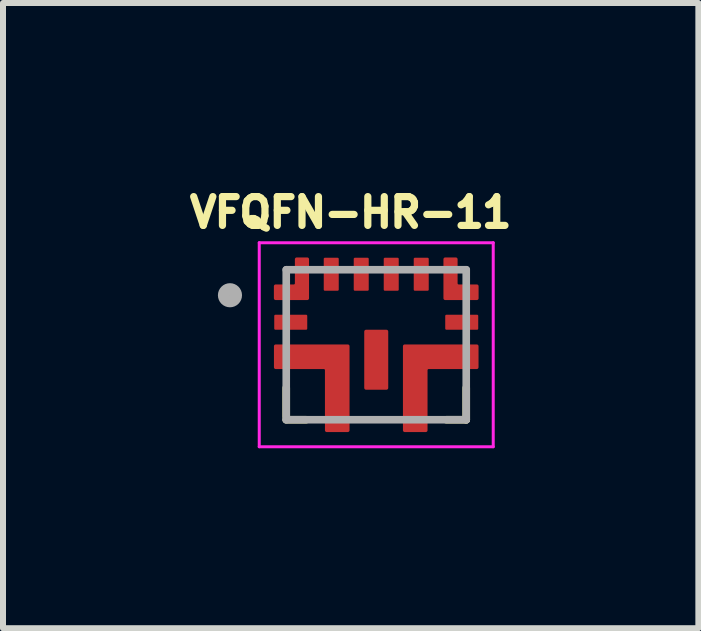
<source format=kicad_pcb>
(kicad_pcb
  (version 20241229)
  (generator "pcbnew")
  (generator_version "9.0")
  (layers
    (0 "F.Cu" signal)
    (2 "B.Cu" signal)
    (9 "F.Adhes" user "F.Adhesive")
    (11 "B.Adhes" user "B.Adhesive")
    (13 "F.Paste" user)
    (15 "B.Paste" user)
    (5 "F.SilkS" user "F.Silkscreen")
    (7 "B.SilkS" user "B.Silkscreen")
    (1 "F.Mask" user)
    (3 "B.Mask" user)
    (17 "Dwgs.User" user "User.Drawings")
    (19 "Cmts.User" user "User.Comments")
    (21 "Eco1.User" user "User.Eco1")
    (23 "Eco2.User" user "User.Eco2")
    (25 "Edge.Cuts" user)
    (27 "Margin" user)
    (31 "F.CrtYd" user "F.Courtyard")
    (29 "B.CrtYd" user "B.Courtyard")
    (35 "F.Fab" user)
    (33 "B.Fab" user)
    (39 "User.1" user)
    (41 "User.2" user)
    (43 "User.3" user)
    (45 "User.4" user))
  (footprint "VFQFN-HR-11"
    (layer "F.Cu")
    (at 3.221 2.696)
    (property "Reference" "VFQFN-HR-11" (at -0.426 -2.205 0) (layer "F.SilkS") (effects (font (size 0.48 0.48) (thickness 0.12))))
    (attr smd)
    (fp_poly (pts (xy -1.725 -0.55) (xy -1.125 -0.55) (xy -1.124 -0.55) (xy -1.122 -0.55) (xy -1.121 -0.55) (xy -1.12 -0.549) (xy -1.119 -0.549) (xy -1.117 -0.549) (xy -1.116 -0.548) (xy -1.115 -0.548) (xy -1.114 -0.547) (xy -1.113 -0.547) (xy -1.111 -0.546) (xy -1.11 -0.545) (xy -1.109 -0.544) (xy -1.108 -0.544) (xy -1.107 -0.543) (xy -1.106 -0.542) (xy -1.106 -0.541) (xy -1.105 -0.54) (xy -1.104 -0.539) (xy -1.103 -0.538) (xy -1.103 -0.536) (xy -1.102 -0.535) (xy -1.102 -0.534) (xy -1.101 -0.533) (xy -1.101 -0.531) (xy -1.101 -0.53) (xy -1.1 -0.529) (xy -1.1 -0.528) (xy -1.1 -0.526) (xy -1.1 -0.525) (xy -1.1 -0.225) (xy -1.1 -0.224) (xy -1.1 -0.222) (xy -1.1 -0.221) (xy -1.101 -0.22) (xy -1.101 -0.219) (xy -1.101 -0.217) (xy -1.102 -0.216) (xy -1.102 -0.215) (xy -1.103 -0.214) (xy -1.103 -0.212) (xy -1.104 -0.211) (xy -1.105 -0.21) (xy -1.106 -0.209) (xy -1.106 -0.208) (xy -1.107 -0.207) (xy -1.108 -0.206) (xy -1.109 -0.206) (xy -1.11 -0.205) (xy -1.111 -0.204) (xy -1.113 -0.203) (xy -1.114 -0.203) (xy -1.115 -0.202) (xy -1.116 -0.202) (xy -1.117 -0.201) (xy -1.119 -0.201) (xy -1.12 -0.201) (xy -1.121 -0.2) (xy -1.122 -0.2) (xy -1.124 -0.2) (xy -1.125 -0.2) (xy -1.725 -0.2) (xy -1.726 -0.2) (xy -1.728 -0.2) (xy -1.729 -0.2) (xy -1.73 -0.201) (xy -1.731 -0.201) (xy -1.733 -0.201) (xy -1.734 -0.202) (xy -1.735 -0.202) (xy -1.736 -0.203) (xy -1.738 -0.203) (xy -1.739 -0.204) (xy -1.74 -0.205) (xy -1.741 -0.206) (xy -1.742 -0.206) (xy -1.743 -0.207) (xy -1.744 -0.208) (xy -1.744 -0.209) (xy -1.745 -0.21) (xy -1.746 -0.211) (xy -1.747 -0.212) (xy -1.747 -0.214) (xy -1.748 -0.215) (xy -1.748 -0.216) (xy -1.749 -0.217) (xy -1.749 -0.219) (xy -1.749 -0.22) (xy -1.75 -0.221) (xy -1.75 -0.222) (xy -1.75 -0.224) (xy -1.75 -0.225) (xy -1.75 -0.525) (xy -1.75 -0.526) (xy -1.75 -0.528) (xy -1.75 -0.529) (xy -1.749 -0.53) (xy -1.749 -0.531) (xy -1.749 -0.533) (xy -1.748 -0.534) (xy -1.748 -0.535) (xy -1.747 -0.536) (xy -1.747 -0.538) (xy -1.746 -0.539) (xy -1.745 -0.54) (xy -1.744 -0.541) (xy -1.744 -0.542) (xy -1.743 -0.543) (xy -1.742 -0.544) (xy -1.741 -0.544) (xy -1.74 -0.545) (xy -1.739 -0.546) (xy -1.738 -0.547) (xy -1.736 -0.547) (xy -1.735 -0.548) (xy -1.734 -0.548) (xy -1.733 -0.549) (xy -1.731 -0.549) (xy -1.73 -0.549) (xy -1.729 -0.55) (xy -1.728 -0.55) (xy -1.726 -0.55) (xy -1.725 -0.55)) (stroke (width 0.01) (type solid)) (fill yes) (layer "F.Mask"))
    (fp_poly (pts (xy -0.9 -1.5) (xy -0.6 -1.5) (xy -0.599 -1.5) (xy -0.597 -1.5) (xy -0.596 -1.5) (xy -0.595 -1.499) (xy -0.594 -1.499) (xy -0.592 -1.499) (xy -0.591 -1.498) (xy -0.59 -1.498) (xy -0.589 -1.497) (xy -0.587 -1.497) (xy -0.586 -1.496) (xy -0.585 -1.495) (xy -0.584 -1.494) (xy -0.583 -1.494) (xy -0.582 -1.493) (xy -0.581 -1.492) (xy -0.581 -1.491) (xy -0.58 -1.49) (xy -0.579 -1.489) (xy -0.578 -1.488) (xy -0.578 -1.486) (xy -0.577 -1.485) (xy -0.577 -1.484) (xy -0.576 -1.483) (xy -0.576 -1.481) (xy -0.576 -1.48) (xy -0.575 -1.479) (xy -0.575 -1.478) (xy -0.575 -1.476) (xy -0.575 -1.475) (xy -0.575 -0.875) (xy -0.575 -0.874) (xy -0.575 -0.872) (xy -0.575 -0.871) (xy -0.576 -0.87) (xy -0.576 -0.869) (xy -0.576 -0.867) (xy -0.577 -0.866) (xy -0.577 -0.865) (xy -0.578 -0.864) (xy -0.578 -0.863) (xy -0.579 -0.861) (xy -0.58 -0.86) (xy -0.581 -0.859) (xy -0.581 -0.858) (xy -0.582 -0.857) (xy -0.583 -0.856) (xy -0.584 -0.856) (xy -0.585 -0.855) (xy -0.586 -0.854) (xy -0.587 -0.853) (xy -0.589 -0.853) (xy -0.59 -0.852) (xy -0.591 -0.852) (xy -0.592 -0.851) (xy -0.594 -0.851) (xy -0.595 -0.851) (xy -0.596 -0.85) (xy -0.597 -0.85) (xy -0.599 -0.85) (xy -0.6 -0.85) (xy -0.9 -0.85) (xy -0.901 -0.85) (xy -0.903 -0.85) (xy -0.904 -0.85) (xy -0.905 -0.851) (xy -0.906 -0.851) (xy -0.908 -0.851) (xy -0.909 -0.852) (xy -0.91 -0.852) (xy -0.911 -0.853) (xy -0.912 -0.853) (xy -0.914 -0.854) (xy -0.915 -0.855) (xy -0.916 -0.856) (xy -0.917 -0.856) (xy -0.918 -0.857) (xy -0.919 -0.858) (xy -0.919 -0.859) (xy -0.92 -0.86) (xy -0.921 -0.861) (xy -0.922 -0.863) (xy -0.922 -0.864) (xy -0.923 -0.865) (xy -0.923 -0.866) (xy -0.924 -0.867) (xy -0.924 -0.869) (xy -0.924 -0.87) (xy -0.925 -0.871) (xy -0.925 -0.872) (xy -0.925 -0.874) (xy -0.925 -0.875) (xy -0.925 -1.475) (xy -0.925 -1.476) (xy -0.925 -1.478) (xy -0.925 -1.479) (xy -0.924 -1.48) (xy -0.924 -1.481) (xy -0.924 -1.483) (xy -0.923 -1.484) (xy -0.923 -1.485) (xy -0.922 -1.486) (xy -0.922 -1.488) (xy -0.921 -1.489) (xy -0.92 -1.49) (xy -0.919 -1.491) (xy -0.919 -1.492) (xy -0.918 -1.493) (xy -0.917 -1.494) (xy -0.916 -1.494) (xy -0.915 -1.495) (xy -0.914 -1.496) (xy -0.913 -1.497) (xy -0.911 -1.497) (xy -0.91 -1.498) (xy -0.909 -1.498) (xy -0.908 -1.499) (xy -0.906 -1.499) (xy -0.905 -1.499) (xy -0.904 -1.5) (xy -0.903 -1.5) (xy -0.901 -1.5) (xy -0.9 -1.5)) (stroke (width 0.01) (type solid)) (fill yes) (layer "F.Mask"))
    (fp_poly (pts (xy -0.4 -1.5) (xy -0.1 -1.5) (xy -0.099 -1.5) (xy -0.097 -1.5) (xy -0.096 -1.5) (xy -0.095 -1.499) (xy -0.094 -1.499) (xy -0.092 -1.499) (xy -0.091 -1.498) (xy -0.09 -1.498) (xy -0.089 -1.497) (xy -0.087 -1.497) (xy -0.086 -1.496) (xy -0.085 -1.495) (xy -0.084 -1.494) (xy -0.083 -1.494) (xy -0.082 -1.493) (xy -0.081 -1.492) (xy -0.081 -1.491) (xy -0.08 -1.49) (xy -0.079 -1.489) (xy -0.078 -1.488) (xy -0.078 -1.486) (xy -0.077 -1.485) (xy -0.077 -1.484) (xy -0.076 -1.483) (xy -0.076 -1.481) (xy -0.076 -1.48) (xy -0.075 -1.479) (xy -0.075 -1.478) (xy -0.075 -1.476) (xy -0.075 -1.475) (xy -0.075 -0.875) (xy -0.075 -0.874) (xy -0.075 -0.872) (xy -0.075 -0.871) (xy -0.076 -0.87) (xy -0.076 -0.869) (xy -0.076 -0.867) (xy -0.077 -0.866) (xy -0.077 -0.865) (xy -0.078 -0.864) (xy -0.078 -0.863) (xy -0.079 -0.861) (xy -0.08 -0.86) (xy -0.081 -0.859) (xy -0.081 -0.858) (xy -0.082 -0.857) (xy -0.083 -0.856) (xy -0.084 -0.856) (xy -0.085 -0.855) (xy -0.086 -0.854) (xy -0.087 -0.853) (xy -0.089 -0.853) (xy -0.09 -0.852) (xy -0.091 -0.852) (xy -0.092 -0.851) (xy -0.094 -0.851) (xy -0.095 -0.851) (xy -0.096 -0.85) (xy -0.097 -0.85) (xy -0.099 -0.85) (xy -0.1 -0.85) (xy -0.4 -0.85) (xy -0.401 -0.85) (xy -0.403 -0.85) (xy -0.404 -0.85) (xy -0.405 -0.851) (xy -0.406 -0.851) (xy -0.408 -0.851) (xy -0.409 -0.852) (xy -0.41 -0.852) (xy -0.411 -0.853) (xy -0.412 -0.853) (xy -0.414 -0.854) (xy -0.415 -0.855) (xy -0.416 -0.856) (xy -0.417 -0.856) (xy -0.418 -0.857) (xy -0.419 -0.858) (xy -0.419 -0.859) (xy -0.42 -0.86) (xy -0.421 -0.861) (xy -0.422 -0.863) (xy -0.422 -0.864) (xy -0.423 -0.865) (xy -0.423 -0.866) (xy -0.424 -0.867) (xy -0.424 -0.869) (xy -0.424 -0.87) (xy -0.425 -0.871) (xy -0.425 -0.872) (xy -0.425 -0.874) (xy -0.425 -0.875) (xy -0.425 -1.475) (xy -0.425 -1.476) (xy -0.425 -1.478) (xy -0.425 -1.479) (xy -0.424 -1.48) (xy -0.424 -1.481) (xy -0.424 -1.483) (xy -0.423 -1.484) (xy -0.423 -1.485) (xy -0.422 -1.486) (xy -0.422 -1.488) (xy -0.421 -1.489) (xy -0.42 -1.49) (xy -0.419 -1.491) (xy -0.419 -1.492) (xy -0.418 -1.493) (xy -0.417 -1.494) (xy -0.416 -1.494) (xy -0.415 -1.495) (xy -0.414 -1.496) (xy -0.412 -1.497) (xy -0.411 -1.497) (xy -0.41 -1.498) (xy -0.409 -1.498) (xy -0.408 -1.499) (xy -0.406 -1.499) (xy -0.405 -1.499) (xy -0.404 -1.5) (xy -0.403 -1.5) (xy -0.401 -1.5) (xy -0.4 -1.5)) (stroke (width 0.01) (type solid)) (fill yes) (layer "F.Mask"))
    (fp_poly (pts (xy -0.225 -0.3) (xy 0.225 -0.3) (xy 0.226 -0.3) (xy 0.228 -0.3) (xy 0.229 -0.3) (xy 0.23 -0.299) (xy 0.231 -0.299) (xy 0.233 -0.299) (xy 0.234 -0.298) (xy 0.235 -0.298) (xy 0.236 -0.297) (xy 0.237 -0.297) (xy 0.239 -0.296) (xy 0.24 -0.295) (xy 0.241 -0.294) (xy 0.242 -0.294) (xy 0.243 -0.293) (xy 0.244 -0.292) (xy 0.244 -0.291) (xy 0.245 -0.29) (xy 0.246 -0.289) (xy 0.247 -0.287) (xy 0.247 -0.286) (xy 0.248 -0.285) (xy 0.248 -0.284) (xy 0.249 -0.283) (xy 0.249 -0.281) (xy 0.249 -0.28) (xy 0.25 -0.279) (xy 0.25 -0.278) (xy 0.25 -0.276) (xy 0.25 -0.275) (xy 0.25 0.775) (xy 0.25 0.776) (xy 0.25 0.778) (xy 0.25 0.779) (xy 0.249 0.78) (xy 0.249 0.781) (xy 0.249 0.783) (xy 0.248 0.784) (xy 0.248 0.785) (xy 0.247 0.786) (xy 0.247 0.788) (xy 0.246 0.789) (xy 0.245 0.79) (xy 0.244 0.791) (xy 0.244 0.792) (xy 0.243 0.793) (xy 0.242 0.794) (xy 0.241 0.794) (xy 0.24 0.795) (xy 0.239 0.796) (xy 0.237 0.797) (xy 0.236 0.797) (xy 0.235 0.798) (xy 0.234 0.798) (xy 0.233 0.799) (xy 0.231 0.799) (xy 0.23 0.799) (xy 0.229 0.8) (xy 0.228 0.8) (xy 0.226 0.8) (xy 0.225 0.8) (xy -0.225 0.8) (xy -0.226 0.8) (xy -0.228 0.8) (xy -0.229 0.8) (xy -0.23 0.799) (xy -0.231 0.799) (xy -0.233 0.799) (xy -0.234 0.798) (xy -0.235 0.798) (xy -0.236 0.797) (xy -0.237 0.797) (xy -0.239 0.796) (xy -0.24 0.795) (xy -0.241 0.794) (xy -0.242 0.794) (xy -0.243 0.793) (xy -0.244 0.792) (xy -0.244 0.791) (xy -0.245 0.79) (xy -0.246 0.789) (xy -0.247 0.788) (xy -0.247 0.786) (xy -0.248 0.785) (xy -0.248 0.784) (xy -0.249 0.783) (xy -0.249 0.781) (xy -0.249 0.78) (xy -0.25 0.779) (xy -0.25 0.778) (xy -0.25 0.776) (xy -0.25 0.775) (xy -0.25 -0.275) (xy -0.25 -0.276) (xy -0.25 -0.278) (xy -0.25 -0.279) (xy -0.249 -0.28) (xy -0.249 -0.281) (xy -0.249 -0.283) (xy -0.248 -0.284) (xy -0.248 -0.285) (xy -0.247 -0.286) (xy -0.247 -0.287) (xy -0.246 -0.289) (xy -0.245 -0.29) (xy -0.244 -0.291) (xy -0.244 -0.292) (xy -0.243 -0.293) (xy -0.242 -0.294) (xy -0.241 -0.294) (xy -0.24 -0.295) (xy -0.239 -0.296) (xy -0.237 -0.297) (xy -0.236 -0.297) (xy -0.235 -0.298) (xy -0.234 -0.298) (xy -0.233 -0.299) (xy -0.231 -0.299) (xy -0.23 -0.299) (xy -0.229 -0.3) (xy -0.228 -0.3) (xy -0.226 -0.3) (xy -0.225 -0.3)) (stroke (width 0.01) (type solid)) (fill yes) (layer "F.Mask"))
    (fp_poly (pts (xy 0.1 -1.5) (xy 0.4 -1.5) (xy 0.401 -1.5) (xy 0.403 -1.5) (xy 0.404 -1.5) (xy 0.405 -1.499) (xy 0.406 -1.499) (xy 0.408 -1.499) (xy 0.409 -1.498) (xy 0.41 -1.498) (xy 0.411 -1.497) (xy 0.412 -1.497) (xy 0.414 -1.496) (xy 0.415 -1.495) (xy 0.416 -1.494) (xy 0.417 -1.494) (xy 0.418 -1.493) (xy 0.419 -1.492) (xy 0.419 -1.491) (xy 0.42 -1.49) (xy 0.421 -1.489) (xy 0.422 -1.488) (xy 0.422 -1.486) (xy 0.423 -1.485) (xy 0.423 -1.484) (xy 0.424 -1.483) (xy 0.424 -1.481) (xy 0.424 -1.48) (xy 0.425 -1.479) (xy 0.425 -1.478) (xy 0.425 -1.476) (xy 0.425 -1.475) (xy 0.425 -0.875) (xy 0.425 -0.874) (xy 0.425 -0.872) (xy 0.425 -0.871) (xy 0.424 -0.87) (xy 0.424 -0.869) (xy 0.424 -0.867) (xy 0.423 -0.866) (xy 0.423 -0.865) (xy 0.422 -0.864) (xy 0.422 -0.863) (xy 0.421 -0.861) (xy 0.42 -0.86) (xy 0.419 -0.859) (xy 0.419 -0.858) (xy 0.418 -0.857) (xy 0.417 -0.856) (xy 0.416 -0.856) (xy 0.415 -0.855) (xy 0.414 -0.854) (xy 0.412 -0.853) (xy 0.411 -0.853) (xy 0.41 -0.852) (xy 0.409 -0.852) (xy 0.408 -0.851) (xy 0.406 -0.851) (xy 0.405 -0.851) (xy 0.404 -0.85) (xy 0.403 -0.85) (xy 0.401 -0.85) (xy 0.4 -0.85) (xy 0.1 -0.85) (xy 0.099 -0.85) (xy 0.097 -0.85) (xy 0.096 -0.85) (xy 0.095 -0.851) (xy 0.094 -0.851) (xy 0.092 -0.851) (xy 0.091 -0.852) (xy 0.09 -0.852) (xy 0.089 -0.853) (xy 0.087 -0.853) (xy 0.086 -0.854) (xy 0.085 -0.855) (xy 0.084 -0.856) (xy 0.083 -0.856) (xy 0.082 -0.857) (xy 0.081 -0.858) (xy 0.081 -0.859) (xy 0.08 -0.86) (xy 0.079 -0.861) (xy 0.078 -0.863) (xy 0.078 -0.864) (xy 0.077 -0.865) (xy 0.077 -0.866) (xy 0.076 -0.867) (xy 0.076 -0.869) (xy 0.076 -0.87) (xy 0.075 -0.871) (xy 0.075 -0.872) (xy 0.075 -0.874) (xy 0.075 -0.875) (xy 0.075 -1.475) (xy 0.075 -1.476) (xy 0.075 -1.478) (xy 0.075 -1.479) (xy 0.076 -1.48) (xy 0.076 -1.481) (xy 0.076 -1.483) (xy 0.077 -1.484) (xy 0.077 -1.485) (xy 0.078 -1.486) (xy 0.078 -1.488) (xy 0.079 -1.489) (xy 0.08 -1.49) (xy 0.081 -1.491) (xy 0.081 -1.492) (xy 0.082 -1.493) (xy 0.083 -1.494) (xy 0.084 -1.494) (xy 0.085 -1.495) (xy 0.086 -1.496) (xy 0.087 -1.497) (xy 0.089 -1.497) (xy 0.09 -1.498) (xy 0.091 -1.498) (xy 0.092 -1.499) (xy 0.094 -1.499) (xy 0.095 -1.499) (xy 0.096 -1.5) (xy 0.097 -1.5) (xy 0.099 -1.5) (xy 0.1 -1.5)) (stroke (width 0.01) (type solid)) (fill yes) (layer "F.Mask"))
    (fp_poly (pts (xy 0.6 -1.5) (xy 0.9 -1.5) (xy 0.901 -1.5) (xy 0.903 -1.5) (xy 0.904 -1.5) (xy 0.905 -1.499) (xy 0.906 -1.499) (xy 0.908 -1.499) (xy 0.909 -1.498) (xy 0.91 -1.498) (xy 0.911 -1.497) (xy 0.913 -1.497) (xy 0.914 -1.496) (xy 0.915 -1.495) (xy 0.916 -1.494) (xy 0.917 -1.494) (xy 0.918 -1.493) (xy 0.919 -1.492) (xy 0.919 -1.491) (xy 0.92 -1.49) (xy 0.921 -1.489) (xy 0.922 -1.488) (xy 0.922 -1.486) (xy 0.923 -1.485) (xy 0.923 -1.484) (xy 0.924 -1.483) (xy 0.924 -1.481) (xy 0.924 -1.48) (xy 0.925 -1.479) (xy 0.925 -1.478) (xy 0.925 -1.476) (xy 0.925 -1.475) (xy 0.925 -0.875) (xy 0.925 -0.874) (xy 0.925 -0.872) (xy 0.925 -0.871) (xy 0.924 -0.87) (xy 0.924 -0.869) (xy 0.924 -0.867) (xy 0.923 -0.866) (xy 0.923 -0.865) (xy 0.922 -0.864) (xy 0.922 -0.863) (xy 0.921 -0.861) (xy 0.92 -0.86) (xy 0.919 -0.859) (xy 0.919 -0.858) (xy 0.918 -0.857) (xy 0.917 -0.856) (xy 0.916 -0.856) (xy 0.915 -0.855) (xy 0.914 -0.854) (xy 0.913 -0.853) (xy 0.911 -0.853) (xy 0.91 -0.852) (xy 0.909 -0.852) (xy 0.908 -0.851) (xy 0.906 -0.851) (xy 0.905 -0.851) (xy 0.904 -0.85) (xy 0.903 -0.85) (xy 0.901 -0.85) (xy 0.9 -0.85) (xy 0.6 -0.85) (xy 0.599 -0.85) (xy 0.597 -0.85) (xy 0.596 -0.85) (xy 0.595 -0.851) (xy 0.594 -0.851) (xy 0.592 -0.851) (xy 0.591 -0.852) (xy 0.59 -0.852) (xy 0.589 -0.853) (xy 0.588 -0.853) (xy 0.586 -0.854) (xy 0.585 -0.855) (xy 0.584 -0.856) (xy 0.583 -0.856) (xy 0.582 -0.857) (xy 0.581 -0.858) (xy 0.581 -0.859) (xy 0.58 -0.86) (xy 0.579 -0.861) (xy 0.578 -0.863) (xy 0.578 -0.864) (xy 0.577 -0.865) (xy 0.577 -0.866) (xy 0.576 -0.867) (xy 0.576 -0.869) (xy 0.576 -0.87) (xy 0.575 -0.871) (xy 0.575 -0.872) (xy 0.575 -0.874) (xy 0.575 -0.875) (xy 0.575 -1.475) (xy 0.575 -1.476) (xy 0.575 -1.478) (xy 0.575 -1.479) (xy 0.576 -1.48) (xy 0.576 -1.481) (xy 0.576 -1.483) (xy 0.577 -1.484) (xy 0.577 -1.485) (xy 0.578 -1.486) (xy 0.578 -1.488) (xy 0.579 -1.489) (xy 0.58 -1.49) (xy 0.581 -1.491) (xy 0.581 -1.492) (xy 0.582 -1.493) (xy 0.583 -1.494) (xy 0.584 -1.494) (xy 0.585 -1.495) (xy 0.586 -1.496) (xy 0.587 -1.497) (xy 0.589 -1.497) (xy 0.59 -1.498) (xy 0.591 -1.498) (xy 0.592 -1.499) (xy 0.594 -1.499) (xy 0.595 -1.499) (xy 0.596 -1.5) (xy 0.597 -1.5) (xy 0.599 -1.5) (xy 0.6 -1.5)) (stroke (width 0.01) (type solid)) (fill yes) (layer "F.Mask"))
    (fp_poly (pts (xy 1.125 -0.55) (xy 1.725 -0.55) (xy 1.726 -0.55) (xy 1.728 -0.55) (xy 1.729 -0.55) (xy 1.73 -0.549) (xy 1.731 -0.549) (xy 1.733 -0.549) (xy 1.734 -0.548) (xy 1.735 -0.548) (xy 1.736 -0.547) (xy 1.738 -0.547) (xy 1.739 -0.546) (xy 1.74 -0.545) (xy 1.741 -0.544) (xy 1.742 -0.544) (xy 1.743 -0.543) (xy 1.744 -0.542) (xy 1.744 -0.541) (xy 1.745 -0.54) (xy 1.746 -0.539) (xy 1.747 -0.538) (xy 1.747 -0.536) (xy 1.748 -0.535) (xy 1.748 -0.534) (xy 1.749 -0.533) (xy 1.749 -0.531) (xy 1.749 -0.53) (xy 1.75 -0.529) (xy 1.75 -0.528) (xy 1.75 -0.526) (xy 1.75 -0.525) (xy 1.75 -0.225) (xy 1.75 -0.224) (xy 1.75 -0.222) (xy 1.75 -0.221) (xy 1.749 -0.22) (xy 1.749 -0.219) (xy 1.749 -0.217) (xy 1.748 -0.216) (xy 1.748 -0.215) (xy 1.747 -0.214) (xy 1.747 -0.212) (xy 1.746 -0.211) (xy 1.745 -0.21) (xy 1.744 -0.209) (xy 1.744 -0.208) (xy 1.743 -0.207) (xy 1.742 -0.206) (xy 1.741 -0.206) (xy 1.74 -0.205) (xy 1.739 -0.204) (xy 1.738 -0.203) (xy 1.736 -0.203) (xy 1.735 -0.202) (xy 1.734 -0.202) (xy 1.733 -0.201) (xy 1.731 -0.201) (xy 1.73 -0.201) (xy 1.729 -0.2) (xy 1.728 -0.2) (xy 1.726 -0.2) (xy 1.725 -0.2) (xy 1.125 -0.2) (xy 1.124 -0.2) (xy 1.122 -0.2) (xy 1.121 -0.2) (xy 1.12 -0.201) (xy 1.119 -0.201) (xy 1.117 -0.201) (xy 1.116 -0.202) (xy 1.115 -0.202) (xy 1.114 -0.203) (xy 1.113 -0.203) (xy 1.111 -0.204) (xy 1.11 -0.205) (xy 1.109 -0.206) (xy 1.108 -0.206) (xy 1.107 -0.207) (xy 1.106 -0.208) (xy 1.106 -0.209) (xy 1.105 -0.21) (xy 1.104 -0.211) (xy 1.103 -0.212) (xy 1.103 -0.214) (xy 1.102 -0.215) (xy 1.102 -0.216) (xy 1.101 -0.217) (xy 1.101 -0.219) (xy 1.101 -0.22) (xy 1.1 -0.221) (xy 1.1 -0.222) (xy 1.1 -0.224) (xy 1.1 -0.225) (xy 1.1 -0.525) (xy 1.1 -0.526) (xy 1.1 -0.528) (xy 1.1 -0.529) (xy 1.101 -0.53) (xy 1.101 -0.531) (xy 1.101 -0.533) (xy 1.102 -0.534) (xy 1.102 -0.535) (xy 1.103 -0.536) (xy 1.103 -0.538) (xy 1.104 -0.539) (xy 1.105 -0.54) (xy 1.106 -0.541) (xy 1.106 -0.542) (xy 1.107 -0.543) (xy 1.108 -0.544) (xy 1.109 -0.544) (xy 1.11 -0.545) (xy 1.111 -0.546) (xy 1.113 -0.547) (xy 1.114 -0.547) (xy 1.115 -0.548) (xy 1.116 -0.548) (xy 1.117 -0.549) (xy 1.119 -0.549) (xy 1.12 -0.549) (xy 1.121 -0.55) (xy 1.122 -0.55) (xy 1.124 -0.55) (xy 1.125 -0.55)) (stroke (width 0.01) (type solid)) (fill yes) (layer "F.Mask"))
    (fp_poly (pts (xy -1.4 -1.075) (xy -1.4 -1.475) (xy -1.4 -1.476) (xy -1.4 -1.478) (xy -1.4 -1.479) (xy -1.399 -1.48) (xy -1.399 -1.481) (xy -1.399 -1.483) (xy -1.398 -1.484) (xy -1.398 -1.485) (xy -1.397 -1.486) (xy -1.397 -1.488) (xy -1.396 -1.489) (xy -1.395 -1.49) (xy -1.394 -1.491) (xy -1.394 -1.492) (xy -1.393 -1.493) (xy -1.392 -1.494) (xy -1.391 -1.494) (xy -1.39 -1.495) (xy -1.389 -1.496) (xy -1.387 -1.497) (xy -1.386 -1.497) (xy -1.385 -1.498) (xy -1.384 -1.498) (xy -1.383 -1.499) (xy -1.381 -1.499) (xy -1.38 -1.499) (xy -1.379 -1.5) (xy -1.378 -1.5) (xy -1.376 -1.5) (xy -1.375 -1.5) (xy -1.1 -1.5) (xy -1.099 -1.5) (xy -1.097 -1.5) (xy -1.096 -1.5) (xy -1.095 -1.499) (xy -1.094 -1.499) (xy -1.092 -1.499) (xy -1.091 -1.498) (xy -1.09 -1.498) (xy -1.089 -1.497) (xy -1.087 -1.497) (xy -1.086 -1.496) (xy -1.085 -1.495) (xy -1.084 -1.494) (xy -1.083 -1.494) (xy -1.082 -1.493) (xy -1.081 -1.492) (xy -1.081 -1.491) (xy -1.08 -1.49) (xy -1.079 -1.489) (xy -1.078 -1.487) (xy -1.078 -1.486) (xy -1.077 -1.485) (xy -1.077 -1.484) (xy -1.076 -1.483) (xy -1.076 -1.481) (xy -1.076 -1.48) (xy -1.075 -1.479) (xy -1.075 -1.478) (xy -1.075 -1.476) (xy -1.075 -1.475) (xy -1.075 -0.725) (xy -1.075 -0.724) (xy -1.075 -0.722) (xy -1.075 -0.721) (xy -1.076 -0.72) (xy -1.076 -0.719) (xy -1.076 -0.717) (xy -1.077 -0.716) (xy -1.077 -0.715) (xy -1.078 -0.714) (xy -1.078 -0.712) (xy -1.079 -0.711) (xy -1.08 -0.71) (xy -1.081 -0.709) (xy -1.081 -0.708) (xy -1.082 -0.707) (xy -1.083 -0.706) (xy -1.084 -0.706) (xy -1.085 -0.705) (xy -1.086 -0.704) (xy -1.087 -0.703) (xy -1.089 -0.703) (xy -1.09 -0.702) (xy -1.091 -0.702) (xy -1.092 -0.701) (xy -1.094 -0.701) (xy -1.095 -0.701) (xy -1.096 -0.7) (xy -1.097 -0.7) (xy -1.099 -0.7) (xy -1.1 -0.7) (xy -1.725 -0.7) (xy -1.726 -0.7) (xy -1.728 -0.7) (xy -1.729 -0.7) (xy -1.73 -0.701) (xy -1.731 -0.701) (xy -1.733 -0.701) (xy -1.734 -0.702) (xy -1.735 -0.702) (xy -1.736 -0.703) (xy -1.738 -0.703) (xy -1.739 -0.704) (xy -1.74 -0.705) (xy -1.741 -0.706) (xy -1.742 -0.706) (xy -1.743 -0.707) (xy -1.744 -0.708) (xy -1.744 -0.709) (xy -1.745 -0.71) (xy -1.746 -0.711) (xy -1.747 -0.712) (xy -1.747 -0.714) (xy -1.748 -0.715) (xy -1.748 -0.716) (xy -1.749 -0.717) (xy -1.749 -0.719) (xy -1.749 -0.72) (xy -1.75 -0.721) (xy -1.75 -0.722) (xy -1.75 -0.724) (xy -1.75 -0.725) (xy -1.75 -1.025) (xy -1.75 -1.026) (xy -1.75 -1.028) (xy -1.75 -1.029) (xy -1.749 -1.03) (xy -1.749 -1.031) (xy -1.749 -1.033) (xy -1.748 -1.034) (xy -1.748 -1.035) (xy -1.747 -1.036) (xy -1.747 -1.038) (xy -1.746 -1.039) (xy -1.745 -1.04) (xy -1.744 -1.041) (xy -1.744 -1.042) (xy -1.743 -1.043) (xy -1.742 -1.044) (xy -1.741 -1.044) (xy -1.74 -1.045) (xy -1.739 -1.046) (xy -1.737 -1.047) (xy -1.736 -1.047) (xy -1.735 -1.048) (xy -1.734 -1.048) (xy -1.733 -1.049) (xy -1.731 -1.049) (xy -1.73 -1.049) (xy -1.729 -1.05) (xy -1.728 -1.05) (xy -1.726 -1.05) (xy -1.725 -1.05) (xy -1.425 -1.05) (xy -1.424 -1.05) (xy -1.422 -1.05) (xy -1.421 -1.05) (xy -1.42 -1.051) (xy -1.419 -1.051) (xy -1.417 -1.051) (xy -1.416 -1.052) (xy -1.415 -1.052) (xy -1.414 -1.053) (xy -1.413 -1.053) (xy -1.411 -1.054) (xy -1.41 -1.055) (xy -1.409 -1.056) (xy -1.408 -1.056) (xy -1.407 -1.057) (xy -1.406 -1.058) (xy -1.406 -1.059) (xy -1.405 -1.06) (xy -1.404 -1.061) (xy -1.403 -1.063) (xy -1.403 -1.064) (xy -1.402 -1.065) (xy -1.402 -1.066) (xy -1.401 -1.067) (xy -1.401 -1.069) (xy -1.401 -1.07) (xy -1.4 -1.071) (xy -1.4 -1.072) (xy -1.4 -1.074) (xy -1.4 -1.075)) (stroke (width 0.01) (type solid)) (fill yes) (layer "F.Mask"))
    (fp_poly (pts (xy -0.4 -0.025) (xy -0.4 1.475) (xy -0.4 1.476) (xy -0.4 1.478) (xy -0.4 1.479) (xy -0.401 1.48) (xy -0.401 1.481) (xy -0.401 1.483) (xy -0.402 1.484) (xy -0.402 1.485) (xy -0.403 1.486) (xy -0.403 1.488) (xy -0.404 1.489) (xy -0.405 1.49) (xy -0.406 1.491) (xy -0.406 1.492) (xy -0.407 1.493) (xy -0.408 1.494) (xy -0.409 1.494) (xy -0.41 1.495) (xy -0.411 1.496) (xy -0.412 1.497) (xy -0.414 1.497) (xy -0.415 1.498) (xy -0.416 1.498) (xy -0.417 1.499) (xy -0.419 1.499) (xy -0.42 1.499) (xy -0.421 1.5) (xy -0.422 1.5) (xy -0.424 1.5) (xy -0.425 1.5) (xy -0.875 1.5) (xy -0.876 1.5) (xy -0.878 1.5) (xy -0.879 1.5) (xy -0.88 1.499) (xy -0.881 1.499) (xy -0.883 1.499) (xy -0.884 1.498) (xy -0.885 1.498) (xy -0.886 1.497) (xy -0.887 1.497) (xy -0.889 1.496) (xy -0.89 1.495) (xy -0.891 1.494) (xy -0.892 1.494) (xy -0.893 1.493) (xy -0.894 1.492) (xy -0.894 1.491) (xy -0.895 1.49) (xy -0.896 1.489) (xy -0.897 1.488) (xy -0.897 1.486) (xy -0.898 1.485) (xy -0.898 1.484) (xy -0.899 1.483) (xy -0.899 1.481) (xy -0.899 1.48) (xy -0.9 1.479) (xy -0.9 1.478) (xy -0.9 1.476) (xy -0.9 1.475) (xy -0.9 0.475) (xy -0.9 0.474) (xy -0.9 0.472) (xy -0.9 0.471) (xy -0.901 0.47) (xy -0.901 0.469) (xy -0.901 0.467) (xy -0.902 0.466) (xy -0.902 0.465) (xy -0.903 0.464) (xy -0.903 0.463) (xy -0.904 0.461) (xy -0.905 0.46) (xy -0.906 0.459) (xy -0.906 0.458) (xy -0.907 0.457) (xy -0.908 0.456) (xy -0.909 0.456) (xy -0.91 0.455) (xy -0.911 0.454) (xy -0.913 0.453) (xy -0.914 0.453) (xy -0.915 0.452) (xy -0.916 0.452) (xy -0.917 0.451) (xy -0.919 0.451) (xy -0.92 0.451) (xy -0.921 0.45) (xy -0.922 0.45) (xy -0.924 0.45) (xy -0.925 0.45) (xy -1.725 0.45) (xy -1.726 0.45) (xy -1.728 0.45) (xy -1.729 0.45) (xy -1.73 0.449) (xy -1.731 0.449) (xy -1.733 0.449) (xy -1.734 0.448) (xy -1.735 0.448) (xy -1.736 0.447) (xy -1.738 0.447) (xy -1.739 0.446) (xy -1.74 0.445) (xy -1.741 0.444) (xy -1.742 0.444) (xy -1.743 0.443) (xy -1.744 0.442) (xy -1.744 0.441) (xy -1.745 0.44) (xy -1.746 0.439) (xy -1.747 0.438) (xy -1.747 0.436) (xy -1.748 0.435) (xy -1.748 0.434) (xy -1.749 0.433) (xy -1.749 0.431) (xy -1.749 0.43) (xy -1.75 0.429) (xy -1.75 0.428) (xy -1.75 0.426) (xy -1.75 0.425) (xy -1.75 -0.025) (xy -1.75 -0.026) (xy -1.75 -0.028) (xy -1.75 -0.029) (xy -1.749 -0.03) (xy -1.749 -0.031) (xy -1.749 -0.033) (xy -1.748 -0.034) (xy -1.748 -0.035) (xy -1.747 -0.036) (xy -1.747 -0.038) (xy -1.746 -0.039) (xy -1.745 -0.04) (xy -1.744 -0.041) (xy -1.744 -0.042) (xy -1.743 -0.043) (xy -1.742 -0.044) (xy -1.741 -0.044) (xy -1.74 -0.045) (xy -1.739 -0.046) (xy -1.738 -0.047) (xy -1.736 -0.047) (xy -1.735 -0.048) (xy -1.734 -0.048) (xy -1.733 -0.049) (xy -1.731 -0.049) (xy -1.73 -0.049) (xy -1.729 -0.05) (xy -1.728 -0.05) (xy -1.726 -0.05) (xy -1.725 -0.05) (xy -0.425 -0.05) (xy -0.424 -0.05) (xy -0.422 -0.05) (xy -0.421 -0.05) (xy -0.42 -0.049) (xy -0.419 -0.049) (xy -0.417 -0.049) (xy -0.416 -0.048) (xy -0.415 -0.048) (xy -0.414 -0.047) (xy -0.412 -0.047) (xy -0.411 -0.046) (xy -0.41 -0.045) (xy -0.409 -0.044) (xy -0.408 -0.044) (xy -0.407 -0.043) (xy -0.406 -0.042) (xy -0.406 -0.041) (xy -0.405 -0.04) (xy -0.404 -0.039) (xy -0.403 -0.038) (xy -0.403 -0.036) (xy -0.402 -0.035) (xy -0.402 -0.034) (xy -0.401 -0.033) (xy -0.401 -0.031) (xy -0.401 -0.03) (xy -0.4 -0.029) (xy -0.4 -0.028) (xy -0.4 -0.026) (xy -0.4 -0.025)) (stroke (width 0.01) (type solid)) (fill yes) (layer "F.Mask"))
    (fp_poly (pts (xy 1.1 -0.7) (xy 1.725 -0.7) (xy 1.726 -0.7) (xy 1.728 -0.7) (xy 1.729 -0.7) (xy 1.73 -0.701) (xy 1.731 -0.701) (xy 1.733 -0.701) (xy 1.734 -0.702) (xy 1.735 -0.702) (xy 1.736 -0.703) (xy 1.738 -0.703) (xy 1.739 -0.704) (xy 1.74 -0.705) (xy 1.741 -0.706) (xy 1.742 -0.706) (xy 1.743 -0.707) (xy 1.744 -0.708) (xy 1.744 -0.709) (xy 1.745 -0.71) (xy 1.746 -0.711) (xy 1.747 -0.712) (xy 1.747 -0.714) (xy 1.748 -0.715) (xy 1.748 -0.716) (xy 1.749 -0.717) (xy 1.749 -0.719) (xy 1.749 -0.72) (xy 1.75 -0.721) (xy 1.75 -0.722) (xy 1.75 -0.724) (xy 1.75 -0.725) (xy 1.75 -1.025) (xy 1.75 -1.026) (xy 1.75 -1.028) (xy 1.75 -1.029) (xy 1.749 -1.03) (xy 1.749 -1.031) (xy 1.749 -1.033) (xy 1.748 -1.034) (xy 1.748 -1.035) (xy 1.747 -1.036) (xy 1.747 -1.038) (xy 1.746 -1.039) (xy 1.745 -1.04) (xy 1.744 -1.041) (xy 1.744 -1.042) (xy 1.743 -1.043) (xy 1.742 -1.044) (xy 1.741 -1.044) (xy 1.74 -1.045) (xy 1.739 -1.046) (xy 1.737 -1.047) (xy 1.736 -1.047) (xy 1.735 -1.048) (xy 1.734 -1.048) (xy 1.733 -1.049) (xy 1.731 -1.049) (xy 1.73 -1.049) (xy 1.729 -1.05) (xy 1.728 -1.05) (xy 1.726 -1.05) (xy 1.725 -1.05) (xy 1.425 -1.05) (xy 1.424 -1.05) (xy 1.422 -1.05) (xy 1.421 -1.05) (xy 1.42 -1.051) (xy 1.419 -1.051) (xy 1.417 -1.051) (xy 1.416 -1.052) (xy 1.415 -1.052) (xy 1.414 -1.053) (xy 1.413 -1.053) (xy 1.411 -1.054) (xy 1.41 -1.055) (xy 1.409 -1.056) (xy 1.408 -1.056) (xy 1.407 -1.057) (xy 1.406 -1.058) (xy 1.406 -1.059) (xy 1.405 -1.06) (xy 1.404 -1.061) (xy 1.403 -1.063) (xy 1.403 -1.064) (xy 1.402 -1.065) (xy 1.402 -1.066) (xy 1.401 -1.067) (xy 1.401 -1.069) (xy 1.401 -1.07) (xy 1.4 -1.071) (xy 1.4 -1.072) (xy 1.4 -1.074) (xy 1.4 -1.075) (xy 1.4 -1.475) (xy 1.4 -1.476) (xy 1.4 -1.478) (xy 1.4 -1.479) (xy 1.399 -1.48) (xy 1.399 -1.481) (xy 1.399 -1.483) (xy 1.398 -1.484) (xy 1.398 -1.485) (xy 1.397 -1.486) (xy 1.397 -1.488) (xy 1.396 -1.489) (xy 1.395 -1.49) (xy 1.394 -1.491) (xy 1.394 -1.492) (xy 1.393 -1.493) (xy 1.392 -1.494) (xy 1.391 -1.494) (xy 1.39 -1.495) (xy 1.389 -1.496) (xy 1.387 -1.497) (xy 1.386 -1.497) (xy 1.385 -1.498) (xy 1.384 -1.498) (xy 1.383 -1.499) (xy 1.381 -1.499) (xy 1.38 -1.499) (xy 1.379 -1.5) (xy 1.378 -1.5) (xy 1.376 -1.5) (xy 1.375 -1.5) (xy 1.1 -1.5) (xy 1.099 -1.5) (xy 1.097 -1.5) (xy 1.096 -1.5) (xy 1.095 -1.499) (xy 1.094 -1.499) (xy 1.092 -1.499) (xy 1.091 -1.498) (xy 1.09 -1.498) (xy 1.089 -1.497) (xy 1.087 -1.497) (xy 1.086 -1.496) (xy 1.085 -1.495) (xy 1.084 -1.494) (xy 1.083 -1.494) (xy 1.082 -1.493) (xy 1.081 -1.492) (xy 1.081 -1.491) (xy 1.08 -1.49) (xy 1.079 -1.489) (xy 1.078 -1.487) (xy 1.078 -1.486) (xy 1.077 -1.485) (xy 1.077 -1.484) (xy 1.076 -1.483) (xy 1.076 -1.481) (xy 1.076 -1.48) (xy 1.075 -1.479) (xy 1.075 -1.478) (xy 1.075 -1.476) (xy 1.075 -1.475) (xy 1.075 -0.725) (xy 1.075 -0.724) (xy 1.075 -0.722) (xy 1.075 -0.721) (xy 1.076 -0.72) (xy 1.076 -0.719) (xy 1.076 -0.717) (xy 1.077 -0.716) (xy 1.077 -0.715) (xy 1.078 -0.714) (xy 1.078 -0.712) (xy 1.079 -0.711) (xy 1.08 -0.71) (xy 1.081 -0.709) (xy 1.081 -0.708) (xy 1.082 -0.707) (xy 1.083 -0.706) (xy 1.084 -0.706) (xy 1.085 -0.705) (xy 1.086 -0.704) (xy 1.087 -0.703) (xy 1.089 -0.703) (xy 1.09 -0.702) (xy 1.091 -0.702) (xy 1.092 -0.701) (xy 1.094 -0.701) (xy 1.095 -0.701) (xy 1.096 -0.7) (xy 1.097 -0.7) (xy 1.099 -0.7) (xy 1.1 -0.7)) (stroke (width 0.01) (type solid)) (fill yes) (layer "F.Mask"))
    (fp_poly (pts (xy 1.75 0.425) (xy 1.75 -0.025) (xy 1.75 -0.026) (xy 1.75 -0.028) (xy 1.75 -0.029) (xy 1.749 -0.03) (xy 1.749 -0.031) (xy 1.749 -0.033) (xy 1.748 -0.034) (xy 1.748 -0.035) (xy 1.747 -0.036) (xy 1.747 -0.038) (xy 1.746 -0.039) (xy 1.745 -0.04) (xy 1.744 -0.041) (xy 1.744 -0.042) (xy 1.743 -0.043) (xy 1.742 -0.044) (xy 1.741 -0.044) (xy 1.74 -0.045) (xy 1.739 -0.046) (xy 1.738 -0.047) (xy 1.736 -0.047) (xy 1.735 -0.048) (xy 1.734 -0.048) (xy 1.733 -0.049) (xy 1.731 -0.049) (xy 1.73 -0.049) (xy 1.729 -0.05) (xy 1.728 -0.05) (xy 1.726 -0.05) (xy 1.725 -0.05) (xy 0.425 -0.05) (xy 0.424 -0.05) (xy 0.422 -0.05) (xy 0.421 -0.05) (xy 0.42 -0.049) (xy 0.419 -0.049) (xy 0.417 -0.049) (xy 0.416 -0.048) (xy 0.415 -0.048) (xy 0.414 -0.047) (xy 0.412 -0.047) (xy 0.411 -0.046) (xy 0.41 -0.045) (xy 0.409 -0.044) (xy 0.408 -0.044) (xy 0.407 -0.043) (xy 0.406 -0.042) (xy 0.406 -0.041) (xy 0.405 -0.04) (xy 0.404 -0.039) (xy 0.403 -0.038) (xy 0.403 -0.036) (xy 0.402 -0.035) (xy 0.402 -0.034) (xy 0.401 -0.033) (xy 0.401 -0.031) (xy 0.401 -0.03) (xy 0.4 -0.029) (xy 0.4 -0.028) (xy 0.4 -0.026) (xy 0.4 -0.025) (xy 0.4 1.475) (xy 0.4 1.476) (xy 0.4 1.478) (xy 0.4 1.479) (xy 0.401 1.48) (xy 0.401 1.481) (xy 0.401 1.483) (xy 0.402 1.484) (xy 0.402 1.485) (xy 0.403 1.486) (xy 0.403 1.488) (xy 0.404 1.489) (xy 0.405 1.49) (xy 0.406 1.491) (xy 0.406 1.492) (xy 0.407 1.493) (xy 0.408 1.494) (xy 0.409 1.494) (xy 0.41 1.495) (xy 0.411 1.496) (xy 0.412 1.497) (xy 0.414 1.497) (xy 0.415 1.498) (xy 0.416 1.498) (xy 0.417 1.499) (xy 0.419 1.499) (xy 0.42 1.499) (xy 0.421 1.5) (xy 0.422 1.5) (xy 0.424 1.5) (xy 0.425 1.5) (xy 0.875 1.5) (xy 0.876 1.5) (xy 0.878 1.5) (xy 0.879 1.5) (xy 0.88 1.499) (xy 0.881 1.499) (xy 0.883 1.499) (xy 0.884 1.498) (xy 0.885 1.498) (xy 0.886 1.497) (xy 0.887 1.497) (xy 0.889 1.496) (xy 0.89 1.495) (xy 0.891 1.494) (xy 0.892 1.494) (xy 0.893 1.493) (xy 0.894 1.492) (xy 0.894 1.491) (xy 0.895 1.49) (xy 0.896 1.489) (xy 0.897 1.488) (xy 0.897 1.486) (xy 0.898 1.485) (xy 0.898 1.484) (xy 0.899 1.483) (xy 0.899 1.481) (xy 0.899 1.48) (xy 0.9 1.479) (xy 0.9 1.478) (xy 0.9 1.476) (xy 0.9 1.475) (xy 0.9 0.475) (xy 0.9 0.474) (xy 0.9 0.472) (xy 0.9 0.471) (xy 0.901 0.47) (xy 0.901 0.469) (xy 0.901 0.467) (xy 0.902 0.466) (xy 0.902 0.465) (xy 0.903 0.464) (xy 0.903 0.463) (xy 0.904 0.461) (xy 0.905 0.46) (xy 0.906 0.459) (xy 0.906 0.458) (xy 0.907 0.457) (xy 0.908 0.456) (xy 0.909 0.456) (xy 0.91 0.455) (xy 0.911 0.454) (xy 0.913 0.453) (xy 0.914 0.453) (xy 0.915 0.452) (xy 0.916 0.452) (xy 0.917 0.451) (xy 0.919 0.451) (xy 0.92 0.451) (xy 0.921 0.45) (xy 0.922 0.45) (xy 0.924 0.45) (xy 0.925 0.45) (xy 1.725 0.45) (xy 1.726 0.45) (xy 1.728 0.45) (xy 1.729 0.45) (xy 1.73 0.449) (xy 1.731 0.449) (xy 1.733 0.449) (xy 1.734 0.448) (xy 1.735 0.448) (xy 1.736 0.447) (xy 1.738 0.447) (xy 1.739 0.446) (xy 1.74 0.445) (xy 1.741 0.444) (xy 1.742 0.444) (xy 1.743 0.443) (xy 1.744 0.442) (xy 1.744 0.441) (xy 1.745 0.44) (xy 1.746 0.439) (xy 1.747 0.438) (xy 1.747 0.436) (xy 1.748 0.435) (xy 1.748 0.434) (xy 1.749 0.433) (xy 1.749 0.431) (xy 1.749 0.43) (xy 1.75 0.429) (xy 1.75 0.428) (xy 1.75 0.426) (xy 1.75 0.425)) (stroke (width 0.01) (type solid)) (fill yes) (layer "F.Mask"))
    (fp_line (start -1.5 0.72) (end -1.5 1.2) (stroke (width 0.127) (type solid)) (layer "F.SilkS"))
    (fp_line (start -1.5 1.25) (end -1.17 1.25) (stroke (width 0.127) (type solid)) (layer "F.SilkS"))
    (fp_line (start 1.5 0.72) (end 1.5 1.25) (stroke (width 0.127) (type solid)) (layer "F.SilkS"))
    (fp_line (start 1.5 1.25) (end 1.17 1.25) (stroke (width 0.127) (type solid)) (layer "F.SilkS"))
    (fp_poly (pts (xy -1.325 -1.45) (xy -1.15 -1.45) (xy -1.149 -1.45) (xy -1.147 -1.45) (xy -1.146 -1.45) (xy -1.145 -1.449) (xy -1.144 -1.449) (xy -1.142 -1.449) (xy -1.141 -1.448) (xy -1.14 -1.448) (xy -1.139 -1.447) (xy -1.137 -1.447) (xy -1.136 -1.446) (xy -1.135 -1.445) (xy -1.134 -1.444) (xy -1.133 -1.444) (xy -1.132 -1.443) (xy -1.131 -1.442) (xy -1.131 -1.441) (xy -1.13 -1.44) (xy -1.129 -1.439) (xy -1.128 -1.438) (xy -1.128 -1.436) (xy -1.127 -1.435) (xy -1.127 -1.434) (xy -1.126 -1.433) (xy -1.126 -1.431) (xy -1.126 -1.43) (xy -1.125 -1.429) (xy -1.125 -1.428) (xy -1.125 -1.426) (xy -1.125 -1.425) (xy -1.125 -0.775) (xy -1.125 -0.774) (xy -1.125 -0.772) (xy -1.125 -0.771) (xy -1.126 -0.77) (xy -1.126 -0.769) (xy -1.126 -0.767) (xy -1.127 -0.766) (xy -1.127 -0.765) (xy -1.128 -0.764) (xy -1.128 -0.762) (xy -1.129 -0.761) (xy -1.13 -0.76) (xy -1.131 -0.759) (xy -1.131 -0.758) (xy -1.132 -0.757) (xy -1.133 -0.756) (xy -1.134 -0.756) (xy -1.135 -0.755) (xy -1.136 -0.754) (xy -1.137 -0.753) (xy -1.139 -0.753) (xy -1.14 -0.752) (xy -1.141 -0.752) (xy -1.142 -0.751) (xy -1.144 -0.751) (xy -1.145 -0.751) (xy -1.146 -0.75) (xy -1.147 -0.75) (xy -1.149 -0.75) (xy -1.15 -0.75) (xy -1.675 -0.75) (xy -1.676 -0.75) (xy -1.678 -0.75) (xy -1.679 -0.75) (xy -1.68 -0.751) (xy -1.681 -0.751) (xy -1.683 -0.751) (xy -1.684 -0.752) (xy -1.685 -0.752) (xy -1.686 -0.753) (xy -1.688 -0.753) (xy -1.689 -0.754) (xy -1.69 -0.755) (xy -1.691 -0.756) (xy -1.692 -0.756) (xy -1.693 -0.757) (xy -1.694 -0.758) (xy -1.694 -0.759) (xy -1.695 -0.76) (xy -1.696 -0.761) (xy -1.697 -0.762) (xy -1.697 -0.764) (xy -1.698 -0.765) (xy -1.698 -0.766) (xy -1.699 -0.767) (xy -1.699 -0.769) (xy -1.699 -0.77) (xy -1.7 -0.771) (xy -1.7 -0.772) (xy -1.7 -0.774) (xy -1.7 -0.775) (xy -1.7 -0.975) (xy -1.7 -0.976) (xy -1.7 -0.978) (xy -1.7 -0.979) (xy -1.699 -0.98) (xy -1.699 -0.981) (xy -1.699 -0.983) (xy -1.698 -0.984) (xy -1.698 -0.985) (xy -1.697 -0.986) (xy -1.697 -0.988) (xy -1.696 -0.989) (xy -1.695 -0.99) (xy -1.694 -0.991) (xy -1.694 -0.992) (xy -1.693 -0.993) (xy -1.692 -0.994) (xy -1.691 -0.994) (xy -1.69 -0.995) (xy -1.689 -0.996) (xy -1.688 -0.997) (xy -1.686 -0.997) (xy -1.685 -0.998) (xy -1.684 -0.998) (xy -1.683 -0.999) (xy -1.681 -0.999) (xy -1.68 -0.999) (xy -1.679 -1) (xy -1.678 -1) (xy -1.676 -1) (xy -1.675 -1) (xy -1.375 -1) (xy -1.374 -1) (xy -1.372 -1) (xy -1.371 -1) (xy -1.37 -1.001) (xy -1.369 -1.001) (xy -1.367 -1.001) (xy -1.366 -1.002) (xy -1.365 -1.002) (xy -1.364 -1.003) (xy -1.363 -1.003) (xy -1.361 -1.004) (xy -1.36 -1.005) (xy -1.359 -1.006) (xy -1.358 -1.006) (xy -1.357 -1.007) (xy -1.356 -1.008) (xy -1.356 -1.009) (xy -1.355 -1.01) (xy -1.354 -1.011) (xy -1.353 -1.012) (xy -1.353 -1.014) (xy -1.352 -1.015) (xy -1.352 -1.016) (xy -1.351 -1.017) (xy -1.351 -1.019) (xy -1.351 -1.02) (xy -1.35 -1.021) (xy -1.35 -1.022) (xy -1.35 -1.024) (xy -1.35 -1.025) (xy -1.35 -1.425) (xy -1.35 -1.426) (xy -1.35 -1.428) (xy -1.35 -1.429) (xy -1.349 -1.43) (xy -1.349 -1.431) (xy -1.349 -1.433) (xy -1.348 -1.434) (xy -1.348 -1.435) (xy -1.347 -1.436) (xy -1.347 -1.437) (xy -1.346 -1.439) (xy -1.345 -1.44) (xy -1.344 -1.441) (xy -1.344 -1.442) (xy -1.343 -1.443) (xy -1.342 -1.444) (xy -1.341 -1.444) (xy -1.34 -1.445) (xy -1.339 -1.446) (xy -1.337 -1.447) (xy -1.336 -1.447) (xy -1.335 -1.448) (xy -1.334 -1.448) (xy -1.333 -1.449) (xy -1.331 -1.449) (xy -1.33 -1.449) (xy -1.329 -1.45) (xy -1.328 -1.45) (xy -1.326 -1.45) (xy -1.325 -1.45)) (stroke (width 0.01) (type solid)) (fill yes) (layer "F.Paste"))
    (fp_poly (pts (xy -0.825 0.35) (xy -1.675 0.35) (xy -1.676 0.35) (xy -1.678 0.35) (xy -1.679 0.35) (xy -1.68 0.349) (xy -1.681 0.349) (xy -1.683 0.349) (xy -1.684 0.348) (xy -1.685 0.348) (xy -1.686 0.347) (xy -1.688 0.347) (xy -1.689 0.346) (xy -1.69 0.345) (xy -1.691 0.344) (xy -1.692 0.344) (xy -1.693 0.343) (xy -1.694 0.342) (xy -1.694 0.341) (xy -1.695 0.34) (xy -1.696 0.339) (xy -1.697 0.338) (xy -1.697 0.336) (xy -1.698 0.335) (xy -1.698 0.334) (xy -1.699 0.333) (xy -1.699 0.331) (xy -1.699 0.33) (xy -1.7 0.329) (xy -1.7 0.328) (xy -1.7 0.326) (xy -1.7 0.325) (xy -1.7 0.025) (xy -1.7 0.024) (xy -1.7 0.022) (xy -1.7 0.021) (xy -1.699 0.02) (xy -1.699 0.019) (xy -1.699 0.017) (xy -1.698 0.016) (xy -1.698 0.015) (xy -1.697 0.014) (xy -1.697 0.012) (xy -1.696 0.011) (xy -1.695 0.01) (xy -1.694 0.009) (xy -1.694 0.008) (xy -1.693 0.007) (xy -1.692 0.006) (xy -1.691 0.006) (xy -1.69 0.005) (xy -1.689 0.004) (xy -1.688 0.003) (xy -1.686 0.003) (xy -1.685 0.002) (xy -1.684 0.002) (xy -1.683 0.001) (xy -1.681 0.001) (xy -1.68 0.001) (xy -1.679 0) (xy -1.678 0) (xy -1.676 0) (xy -1.675 0) (xy -0.475 0) (xy -0.474 0) (xy -0.472 0) (xy -0.471 0) (xy -0.47 0.001) (xy -0.469 0.001) (xy -0.467 0.001) (xy -0.466 0.002) (xy -0.465 0.002) (xy -0.464 0.003) (xy -0.463 0.003) (xy -0.461 0.004) (xy -0.46 0.005) (xy -0.459 0.006) (xy -0.458 0.006) (xy -0.457 0.007) (xy -0.456 0.008) (xy -0.456 0.009) (xy -0.455 0.01) (xy -0.454 0.011) (xy -0.453 0.012) (xy -0.453 0.014) (xy -0.452 0.015) (xy -0.452 0.016) (xy -0.451 0.017) (xy -0.451 0.019) (xy -0.451 0.02) (xy -0.45 0.021) (xy -0.45 0.022) (xy -0.45 0.024) (xy -0.45 0.025) (xy -0.45 1.425) (xy -0.45 1.426) (xy -0.45 1.428) (xy -0.45 1.429) (xy -0.451 1.43) (xy -0.451 1.431) (xy -0.451 1.433) (xy -0.452 1.434) (xy -0.452 1.435) (xy -0.453 1.436) (xy -0.453 1.438) (xy -0.454 1.439) (xy -0.455 1.44) (xy -0.456 1.441) (xy -0.456 1.442) (xy -0.457 1.443) (xy -0.458 1.444) (xy -0.459 1.444) (xy -0.46 1.445) (xy -0.461 1.446) (xy -0.463 1.447) (xy -0.464 1.447) (xy -0.465 1.448) (xy -0.466 1.448) (xy -0.467 1.449) (xy -0.469 1.449) (xy -0.47 1.449) (xy -0.471 1.45) (xy -0.472 1.45) (xy -0.474 1.45) (xy -0.475 1.45) (xy -0.775 1.45) (xy -0.776 1.45) (xy -0.778 1.45) (xy -0.779 1.45) (xy -0.78 1.449) (xy -0.781 1.449) (xy -0.783 1.449) (xy -0.784 1.448) (xy -0.785 1.448) (xy -0.786 1.447) (xy -0.788 1.447) (xy -0.789 1.446) (xy -0.79 1.445) (xy -0.791 1.444) (xy -0.792 1.444) (xy -0.793 1.443) (xy -0.794 1.442) (xy -0.794 1.441) (xy -0.795 1.44) (xy -0.796 1.439) (xy -0.797 1.438) (xy -0.797 1.436) (xy -0.798 1.435) (xy -0.798 1.434) (xy -0.799 1.433) (xy -0.799 1.431) (xy -0.799 1.43) (xy -0.8 1.429) (xy -0.8 1.428) (xy -0.8 1.426) (xy -0.8 1.425) (xy -0.8 0.375) (xy -0.8 0.374) (xy -0.8 0.372) (xy -0.8 0.371) (xy -0.801 0.37) (xy -0.801 0.369) (xy -0.801 0.367) (xy -0.802 0.366) (xy -0.802 0.365) (xy -0.803 0.364) (xy -0.803 0.362) (xy -0.804 0.361) (xy -0.805 0.36) (xy -0.806 0.359) (xy -0.806 0.358) (xy -0.807 0.357) (xy -0.808 0.356) (xy -0.809 0.356) (xy -0.81 0.355) (xy -0.811 0.354) (xy -0.813 0.353) (xy -0.814 0.353) (xy -0.815 0.352) (xy -0.816 0.352) (xy -0.817 0.351) (xy -0.819 0.351) (xy -0.82 0.351) (xy -0.821 0.35) (xy -0.822 0.35) (xy -0.824 0.35) (xy -0.825 0.35)) (stroke (width 0.01) (type solid)) (fill yes) (layer "F.Paste"))
    (fp_poly (pts (xy 1.35 -1.025) (xy 1.35 -1.425) (xy 1.35 -1.426) (xy 1.35 -1.428) (xy 1.35 -1.429) (xy 1.349 -1.43) (xy 1.349 -1.431) (xy 1.349 -1.433) (xy 1.348 -1.434) (xy 1.348 -1.435) (xy 1.347 -1.436) (xy 1.347 -1.437) (xy 1.346 -1.439) (xy 1.345 -1.44) (xy 1.344 -1.441) (xy 1.344 -1.442) (xy 1.343 -1.443) (xy 1.342 -1.444) (xy 1.341 -1.444) (xy 1.34 -1.445) (xy 1.339 -1.446) (xy 1.337 -1.447) (xy 1.336 -1.447) (xy 1.335 -1.448) (xy 1.334 -1.448) (xy 1.333 -1.449) (xy 1.331 -1.449) (xy 1.33 -1.449) (xy 1.329 -1.45) (xy 1.328 -1.45) (xy 1.326 -1.45) (xy 1.325 -1.45) (xy 1.15 -1.45) (xy 1.149 -1.45) (xy 1.147 -1.45) (xy 1.146 -1.45) (xy 1.145 -1.449) (xy 1.144 -1.449) (xy 1.142 -1.449) (xy 1.141 -1.448) (xy 1.14 -1.448) (xy 1.139 -1.447) (xy 1.137 -1.447) (xy 1.136 -1.446) (xy 1.135 -1.445) (xy 1.134 -1.444) (xy 1.133 -1.444) (xy 1.132 -1.443) (xy 1.131 -1.442) (xy 1.131 -1.441) (xy 1.13 -1.44) (xy 1.129 -1.439) (xy 1.128 -1.438) (xy 1.128 -1.436) (xy 1.127 -1.435) (xy 1.127 -1.434) (xy 1.126 -1.433) (xy 1.126 -1.431) (xy 1.126 -1.43) (xy 1.125 -1.429) (xy 1.125 -1.428) (xy 1.125 -1.426) (xy 1.125 -1.425) (xy 1.125 -0.775) (xy 1.125 -0.774) (xy 1.125 -0.772) (xy 1.125 -0.771) (xy 1.126 -0.77) (xy 1.126 -0.769) (xy 1.126 -0.767) (xy 1.127 -0.766) (xy 1.127 -0.765) (xy 1.128 -0.764) (xy 1.128 -0.762) (xy 1.129 -0.761) (xy 1.13 -0.76) (xy 1.131 -0.759) (xy 1.131 -0.758) (xy 1.132 -0.757) (xy 1.133 -0.756) (xy 1.134 -0.756) (xy 1.135 -0.755) (xy 1.136 -0.754) (xy 1.137 -0.753) (xy 1.139 -0.753) (xy 1.14 -0.752) (xy 1.141 -0.752) (xy 1.142 -0.751) (xy 1.144 -0.751) (xy 1.145 -0.751) (xy 1.146 -0.75) (xy 1.147 -0.75) (xy 1.149 -0.75) (xy 1.15 -0.75) (xy 1.675 -0.75) (xy 1.676 -0.75) (xy 1.678 -0.75) (xy 1.679 -0.75) (xy 1.68 -0.751) (xy 1.681 -0.751) (xy 1.683 -0.751) (xy 1.684 -0.752) (xy 1.685 -0.752) (xy 1.686 -0.753) (xy 1.688 -0.753) (xy 1.689 -0.754) (xy 1.69 -0.755) (xy 1.691 -0.756) (xy 1.692 -0.756) (xy 1.693 -0.757) (xy 1.694 -0.758) (xy 1.694 -0.759) (xy 1.695 -0.76) (xy 1.696 -0.761) (xy 1.697 -0.762) (xy 1.697 -0.764) (xy 1.698 -0.765) (xy 1.698 -0.766) (xy 1.699 -0.767) (xy 1.699 -0.769) (xy 1.699 -0.77) (xy 1.7 -0.771) (xy 1.7 -0.772) (xy 1.7 -0.774) (xy 1.7 -0.775) (xy 1.7 -0.975) (xy 1.7 -0.976) (xy 1.7 -0.978) (xy 1.7 -0.979) (xy 1.699 -0.98) (xy 1.699 -0.981) (xy 1.699 -0.983) (xy 1.698 -0.984) (xy 1.698 -0.985) (xy 1.697 -0.986) (xy 1.697 -0.988) (xy 1.696 -0.989) (xy 1.695 -0.99) (xy 1.694 -0.991) (xy 1.694 -0.992) (xy 1.693 -0.993) (xy 1.692 -0.994) (xy 1.691 -0.994) (xy 1.69 -0.995) (xy 1.689 -0.996) (xy 1.688 -0.997) (xy 1.686 -0.997) (xy 1.685 -0.998) (xy 1.684 -0.998) (xy 1.683 -0.999) (xy 1.681 -0.999) (xy 1.68 -0.999) (xy 1.679 -1) (xy 1.678 -1) (xy 1.676 -1) (xy 1.675 -1) (xy 1.375 -1) (xy 1.374 -1) (xy 1.372 -1) (xy 1.371 -1) (xy 1.37 -1.001) (xy 1.369 -1.001) (xy 1.367 -1.001) (xy 1.366 -1.002) (xy 1.365 -1.002) (xy 1.364 -1.003) (xy 1.363 -1.003) (xy 1.361 -1.004) (xy 1.36 -1.005) (xy 1.359 -1.006) (xy 1.358 -1.006) (xy 1.357 -1.007) (xy 1.356 -1.008) (xy 1.356 -1.009) (xy 1.355 -1.01) (xy 1.354 -1.011) (xy 1.353 -1.012) (xy 1.353 -1.014) (xy 1.352 -1.015) (xy 1.352 -1.016) (xy 1.351 -1.017) (xy 1.351 -1.019) (xy 1.351 -1.02) (xy 1.35 -1.021) (xy 1.35 -1.022) (xy 1.35 -1.024) (xy 1.35 -1.025)) (stroke (width 0.01) (type solid)) (fill yes) (layer "F.Paste"))
    (fp_poly (pts (xy 1.675 0) (xy 0.475 0) (xy 0.474 0) (xy 0.472 0) (xy 0.471 0) (xy 0.47 0.001) (xy 0.469 0.001) (xy 0.467 0.001) (xy 0.466 0.002) (xy 0.465 0.002) (xy 0.464 0.003) (xy 0.463 0.003) (xy 0.461 0.004) (xy 0.46 0.005) (xy 0.459 0.006) (xy 0.458 0.006) (xy 0.457 0.007) (xy 0.456 0.008) (xy 0.456 0.009) (xy 0.455 0.01) (xy 0.454 0.011) (xy 0.453 0.012) (xy 0.453 0.014) (xy 0.452 0.015) (xy 0.452 0.016) (xy 0.451 0.017) (xy 0.451 0.019) (xy 0.451 0.02) (xy 0.45 0.021) (xy 0.45 0.022) (xy 0.45 0.024) (xy 0.45 0.025) (xy 0.45 1.425) (xy 0.45 1.426) (xy 0.45 1.428) (xy 0.45 1.429) (xy 0.451 1.43) (xy 0.451 1.431) (xy 0.451 1.433) (xy 0.452 1.434) (xy 0.452 1.435) (xy 0.453 1.436) (xy 0.453 1.438) (xy 0.454 1.439) (xy 0.455 1.44) (xy 0.456 1.441) (xy 0.456 1.442) (xy 0.457 1.443) (xy 0.458 1.444) (xy 0.459 1.444) (xy 0.46 1.445) (xy 0.461 1.446) (xy 0.463 1.447) (xy 0.464 1.447) (xy 0.465 1.448) (xy 0.466 1.448) (xy 0.467 1.449) (xy 0.469 1.449) (xy 0.47 1.449) (xy 0.471 1.45) (xy 0.472 1.45) (xy 0.474 1.45) (xy 0.475 1.45) (xy 0.775 1.45) (xy 0.776 1.45) (xy 0.778 1.45) (xy 0.779 1.45) (xy 0.78 1.449) (xy 0.781 1.449) (xy 0.783 1.449) (xy 0.784 1.448) (xy 0.785 1.448) (xy 0.786 1.447) (xy 0.788 1.447) (xy 0.789 1.446) (xy 0.79 1.445) (xy 0.791 1.444) (xy 0.792 1.444) (xy 0.793 1.443) (xy 0.794 1.442) (xy 0.794 1.441) (xy 0.795 1.44) (xy 0.796 1.439) (xy 0.797 1.438) (xy 0.797 1.436) (xy 0.798 1.435) (xy 0.798 1.434) (xy 0.799 1.433) (xy 0.799 1.431) (xy 0.799 1.43) (xy 0.8 1.429) (xy 0.8 1.428) (xy 0.8 1.426) (xy 0.8 1.425) (xy 0.8 0.375) (xy 0.8 0.374) (xy 0.8 0.372) (xy 0.8 0.371) (xy 0.801 0.37) (xy 0.801 0.369) (xy 0.801 0.367) (xy 0.802 0.366) (xy 0.802 0.365) (xy 0.803 0.364) (xy 0.803 0.362) (xy 0.804 0.361) (xy 0.805 0.36) (xy 0.806 0.359) (xy 0.806 0.358) (xy 0.807 0.357) (xy 0.808 0.356) (xy 0.809 0.356) (xy 0.81 0.355) (xy 0.811 0.354) (xy 0.813 0.353) (xy 0.814 0.353) (xy 0.815 0.352) (xy 0.816 0.352) (xy 0.817 0.351) (xy 0.819 0.351) (xy 0.82 0.351) (xy 0.821 0.35) (xy 0.822 0.35) (xy 0.824 0.35) (xy 0.825 0.35) (xy 1.675 0.35) (xy 1.676 0.35) (xy 1.678 0.35) (xy 1.679 0.35) (xy 1.68 0.349) (xy 1.681 0.349) (xy 1.683 0.349) (xy 1.684 0.348) (xy 1.685 0.348) (xy 1.686 0.347) (xy 1.688 0.347) (xy 1.689 0.346) (xy 1.69 0.345) (xy 1.691 0.344) (xy 1.692 0.344) (xy 1.693 0.343) (xy 1.694 0.342) (xy 1.694 0.341) (xy 1.695 0.34) (xy 1.696 0.339) (xy 1.697 0.338) (xy 1.697 0.336) (xy 1.698 0.335) (xy 1.698 0.334) (xy 1.699 0.333) (xy 1.699 0.331) (xy 1.699 0.33) (xy 1.7 0.329) (xy 1.7 0.328) (xy 1.7 0.326) (xy 1.7 0.325) (xy 1.7 0.025) (xy 1.7 0.024) (xy 1.7 0.022) (xy 1.7 0.021) (xy 1.699 0.02) (xy 1.699 0.019) (xy 1.699 0.017) (xy 1.698 0.016) (xy 1.698 0.015) (xy 1.697 0.014) (xy 1.697 0.012) (xy 1.696 0.011) (xy 1.695 0.01) (xy 1.694 0.009) (xy 1.694 0.008) (xy 1.693 0.007) (xy 1.692 0.006) (xy 1.691 0.006) (xy 1.69 0.005) (xy 1.689 0.004) (xy 1.688 0.003) (xy 1.686 0.003) (xy 1.685 0.002) (xy 1.684 0.002) (xy 1.683 0.001) (xy 1.681 0.001) (xy 1.68 0.001) (xy 1.679 0) (xy 1.678 0) (xy 1.676 0) (xy 1.675 0)) (stroke (width 0.01) (type solid)) (fill yes) (layer "F.Paste"))
    (fp_line (start -1.95 -1.7) (end -1.95 1.7) (stroke (width 0.05) (type solid)) (layer "F.CrtYd"))
    (fp_line (start -1.95 1.7) (end 1.95 1.7) (stroke (width 0.05) (type solid)) (layer "F.CrtYd"))
    (fp_line (start 1.95 -1.7) (end -1.95 -1.7) (stroke (width 0.05) (type solid)) (layer "F.CrtYd"))
    (fp_line (start 1.95 1.7) (end 1.95 -1.7) (stroke (width 0.05) (type solid)) (layer "F.CrtYd"))
    (fp_line (start -1.5 -1.25) (end -1.5 1.25) (stroke (width 0.127) (type solid)) (layer "F.Fab"))
    (fp_line (start -1.5 1.25) (end 1.5 1.25) (stroke (width 0.127) (type solid)) (layer "F.Fab"))
    (fp_line (start 1.5 -1.25) (end -1.5 -1.25) (stroke (width 0.127) (type solid)) (layer "F.Fab"))
    (fp_line (start 1.5 1.25) (end 1.5 -1.25) (stroke (width 0.127) (type solid)) (layer "F.Fab"))
    (fp_circle (center -2.438 -0.825) (end -2.337 -0.825) (stroke (width 0.2) (type solid)) (fill no) (layer "F.Fab"))
    (pad "1" smd custom (at -1.238 -1.175) (size 0.1 0.1) (layers "F.Cu") (options (anchor rect)) (primitives (gr_poly (pts (xy -0.087 -0.275) (xy 0.087 -0.275) (xy 0.088 -0.275) (xy 0.09 -0.275) (xy 0.091 -0.275) (xy 0.092 -0.274) (xy 0.093 -0.274) (xy 0.096 -0.274) (xy 0.097 -0.273) (xy 0.098 -0.273) (xy 0.099 -0.272) (xy 0.101 -0.272) (xy 0.102 -0.271) (xy 0.102 -0.27) (xy 0.103 -0.269) (xy 0.104 -0.269) (xy 0.105 -0.268) (xy 0.106 -0.267) (xy 0.106 -0.266) (xy 0.107 -0.265) (xy 0.108 -0.264) (xy 0.11 -0.263) (xy 0.11 -0.261) (xy 0.111 -0.26) (xy 0.111 -0.259) (xy 0.112 -0.258) (xy 0.112 -0.256) (xy 0.112 -0.255) (xy 0.113 -0.254) (xy 0.113 -0.253) (xy 0.113 -0.251) (xy 0.113 -0.25) (xy 0.113 0.4) (xy 0.113 0.401) (xy 0.113 0.403) (xy 0.113 0.404) (xy 0.112 0.405) (xy 0.112 0.406) (xy 0.112 0.408) (xy 0.111 0.409) (xy 0.111 0.41) (xy 0.11 0.411) (xy 0.11 0.413) (xy 0.108 0.414) (xy 0.107 0.415) (xy 0.106 0.416) (xy 0.106 0.417) (xy 0.105 0.418) (xy 0.104 0.419) (xy 0.103 0.419) (xy 0.102 0.42) (xy 0.102 0.421) (xy 0.101 0.422) (xy 0.099 0.422) (xy 0.098 0.423) (xy 0.097 0.423) (xy 0.096 0.424) (xy 0.093 0.424) (xy 0.092 0.424) (xy 0.091 0.425) (xy 0.09 0.425) (xy 0.088 0.425) (xy 0.087 0.425) (xy -0.438 0.425) (xy -0.439 0.425) (xy -0.441 0.425) (xy -0.442 0.425) (xy -0.443 0.424) (xy -0.444 0.424) (xy -0.446 0.424) (xy -0.447 0.423) (xy -0.448 0.423) (xy -0.449 0.422) (xy -0.451 0.422) (xy -0.452 0.421) (xy -0.453 0.42) (xy -0.454 0.419) (xy -0.455 0.419) (xy -0.456 0.418) (xy -0.457 0.417) (xy -0.457 0.416) (xy -0.458 0.415) (xy -0.459 0.414) (xy -0.46 0.413) (xy -0.46 0.411) (xy -0.461 0.41) (xy -0.461 0.409) (xy -0.462 0.408) (xy -0.462 0.406) (xy -0.462 0.405) (xy -0.463 0.404) (xy -0.463 0.403) (xy -0.463 0.401) (xy -0.463 0.4) (xy -0.463 0.2) (xy -0.463 0.199) (xy -0.463 0.197) (xy -0.463 0.196) (xy -0.462 0.195) (xy -0.462 0.194) (xy -0.462 0.192) (xy -0.461 0.191) (xy -0.461 0.19) (xy -0.46 0.189) (xy -0.46 0.187) (xy -0.459 0.186) (xy -0.458 0.185) (xy -0.457 0.184) (xy -0.457 0.183) (xy -0.456 0.182) (xy -0.455 0.181) (xy -0.454 0.181) (xy -0.453 0.18) (xy -0.452 0.179) (xy -0.451 0.178) (xy -0.449 0.178) (xy -0.448 0.177) (xy -0.447 0.177) (xy -0.446 0.176) (xy -0.444 0.176) (xy -0.443 0.176) (xy -0.442 0.175) (xy -0.441 0.175) (xy -0.439 0.175) (xy -0.438 0.175) (xy -0.138 0.175) (xy -0.137 0.175) (xy -0.135 0.175) (xy -0.134 0.175) (xy -0.133 0.174) (xy -0.132 0.174) (xy -0.13 0.174) (xy -0.129 0.173) (xy -0.128 0.173) (xy -0.127 0.172) (xy -0.126 0.172) (xy -0.123 0.171) (xy -0.122 0.17) (xy -0.121 0.169) (xy -0.12 0.169) (xy -0.119 0.168) (xy -0.118 0.167) (xy -0.118 0.166) (xy -0.117 0.165) (xy -0.117 0.164) (xy -0.116 0.163) (xy -0.116 0.161) (xy -0.115 0.16) (xy -0.115 0.159) (xy -0.114 0.158) (xy -0.114 0.156) (xy -0.114 0.155) (xy -0.113 0.154) (xy -0.113 0.153) (xy -0.113 0.151) (xy -0.113 0.15) (xy -0.113 -0.25) (xy -0.113 -0.251) (xy -0.113 -0.253) (xy -0.113 -0.254) (xy -0.112 -0.255) (xy -0.112 -0.256) (xy -0.112 -0.258) (xy -0.111 -0.259) (xy -0.111 -0.26) (xy -0.11 -0.261) (xy -0.11 -0.262) (xy -0.108 -0.264) (xy -0.107 -0.265) (xy -0.106 -0.266) (xy -0.106 -0.267) (xy -0.105 -0.268) (xy -0.104 -0.269) (xy -0.103 -0.269) (xy -0.102 -0.27) (xy -0.102 -0.271) (xy -0.1 -0.272) (xy -0.099 -0.272) (xy -0.098 -0.273) (xy -0.097 -0.273) (xy -0.096 -0.274) (xy -0.093 -0.274) (xy -0.092 -0.274) (xy -0.091 -0.275) (xy -0.09 -0.275) (xy -0.088 -0.275) (xy -0.087 -0.275)) (width 0.01) (fill yes))))
    (pad "2" smd roundrect (at -1.425 -0.375) (size 0.55 0.25) (layers "F.Cu" "F.Paste") (roundrect_rratio 0.075))
    (pad "3" smd custom (at -1.425 0.2) (size 0.1 0.1) (layers "F.Cu") (options (anchor rect)) (primitives (gr_poly (pts (xy 0.575 1.225) (xy 0.575 0.225) (xy 0.575 0.224) (xy 0.575 0.222) (xy 0.575 0.221) (xy 0.574 0.22) (xy 0.574 0.219) (xy 0.574 0.217) (xy 0.573 0.216) (xy 0.573 0.215) (xy 0.572 0.214) (xy 0.572 0.212) (xy 0.571 0.211) (xy 0.57 0.21) (xy 0.569 0.209) (xy 0.569 0.208) (xy 0.568 0.207) (xy 0.567 0.206) (xy 0.566 0.206) (xy 0.565 0.205) (xy 0.564 0.204) (xy 0.562 0.203) (xy 0.561 0.203) (xy 0.56 0.202) (xy 0.559 0.202) (xy 0.558 0.201) (xy 0.556 0.201) (xy 0.555 0.201) (xy 0.554 0.2) (xy 0.553 0.2) (xy 0.551 0.2) (xy 0.55 0.2) (xy -0.25 0.2) (xy -0.251 0.2) (xy -0.253 0.2) (xy -0.254 0.2) (xy -0.255 0.199) (xy -0.256 0.199) (xy -0.258 0.199) (xy -0.259 0.198) (xy -0.26 0.198) (xy -0.261 0.197) (xy -0.263 0.197) (xy -0.264 0.196) (xy -0.265 0.195) (xy -0.266 0.194) (xy -0.267 0.194) (xy -0.268 0.193) (xy -0.269 0.192) (xy -0.269 0.191) (xy -0.27 0.19) (xy -0.271 0.189) (xy -0.272 0.188) (xy -0.272 0.186) (xy -0.273 0.185) (xy -0.273 0.184) (xy -0.274 0.183) (xy -0.274 0.181) (xy -0.274 0.18) (xy -0.275 0.179) (xy -0.275 0.178) (xy -0.275 0.176) (xy -0.275 0.175) (xy -0.275 -0.175) (xy -0.275 -0.176) (xy -0.275 -0.178) (xy -0.275 -0.179) (xy -0.274 -0.18) (xy -0.274 -0.181) (xy -0.274 -0.183) (xy -0.273 -0.184) (xy -0.273 -0.185) (xy -0.272 -0.186) (xy -0.272 -0.188) (xy -0.271 -0.189) (xy -0.27 -0.19) (xy -0.269 -0.191) (xy -0.269 -0.192) (xy -0.268 -0.193) (xy -0.267 -0.194) (xy -0.266 -0.194) (xy -0.265 -0.195) (xy -0.264 -0.196) (xy -0.263 -0.197) (xy -0.261 -0.197) (xy -0.26 -0.198) (xy -0.259 -0.198) (xy -0.258 -0.199) (xy -0.256 -0.199) (xy -0.255 -0.199) (xy -0.254 -0.2) (xy -0.253 -0.2) (xy -0.251 -0.2) (xy -0.25 -0.2) (xy 0.95 -0.2) (xy 0.951 -0.2) (xy 0.953 -0.2) (xy 0.954 -0.2) (xy 0.955 -0.199) (xy 0.956 -0.199) (xy 0.958 -0.199) (xy 0.959 -0.198) (xy 0.96 -0.198) (xy 0.961 -0.197) (xy 0.962 -0.197) (xy 0.964 -0.196) (xy 0.965 -0.195) (xy 0.966 -0.194) (xy 0.967 -0.194) (xy 0.968 -0.193) (xy 0.969 -0.192) (xy 0.969 -0.191) (xy 0.97 -0.19) (xy 0.971 -0.189) (xy 0.972 -0.188) (xy 0.972 -0.186) (xy 0.973 -0.185) (xy 0.973 -0.184) (xy 0.974 -0.183) (xy 0.974 -0.181) (xy 0.974 -0.18) (xy 0.975 -0.179) (xy 0.975 -0.178) (xy 0.975 -0.176) (xy 0.975 -0.175) (xy 0.975 1.225) (xy 0.975 1.226) (xy 0.975 1.228) (xy 0.975 1.229) (xy 0.974 1.23) (xy 0.974 1.231) (xy 0.974 1.233) (xy 0.973 1.234) (xy 0.973 1.235) (xy 0.972 1.236) (xy 0.972 1.238) (xy 0.971 1.239) (xy 0.97 1.24) (xy 0.969 1.241) (xy 0.969 1.242) (xy 0.968 1.243) (xy 0.967 1.244) (xy 0.966 1.244) (xy 0.965 1.245) (xy 0.964 1.246) (xy 0.962 1.247) (xy 0.961 1.247) (xy 0.96 1.248) (xy 0.959 1.248) (xy 0.958 1.249) (xy 0.956 1.249) (xy 0.955 1.249) (xy 0.954 1.25) (xy 0.953 1.25) (xy 0.951 1.25) (xy 0.95 1.25) (xy 0.6 1.25) (xy 0.599 1.25) (xy 0.597 1.25) (xy 0.596 1.25) (xy 0.595 1.249) (xy 0.594 1.249) (xy 0.592 1.249) (xy 0.591 1.248) (xy 0.59 1.248) (xy 0.589 1.247) (xy 0.588 1.247) (xy 0.586 1.246) (xy 0.585 1.245) (xy 0.584 1.244) (xy 0.583 1.244) (xy 0.582 1.243) (xy 0.581 1.242) (xy 0.581 1.241) (xy 0.58 1.24) (xy 0.579 1.239) (xy 0.578 1.238) (xy 0.578 1.236) (xy 0.577 1.235) (xy 0.577 1.234) (xy 0.576 1.233) (xy 0.576 1.231) (xy 0.576 1.23) (xy 0.575 1.229) (xy 0.575 1.228) (xy 0.575 1.226) (xy 0.575 1.225)) (width 0.01) (fill yes))))
    (pad "4" smd roundrect (at 0 0.25) (size 0.4 1) (layers "F.Cu" "F.Paste") (roundrect_rratio 0.075))
    (pad "5" smd custom (at 1.425 0.2) (size 0.1 0.1) (layers "F.Cu") (options (anchor rect)) (primitives (gr_poly (pts (xy 0.25 -0.2) (xy -0.95 -0.2) (xy -0.951 -0.2) (xy -0.953 -0.2) (xy -0.954 -0.2) (xy -0.955 -0.199) (xy -0.956 -0.199) (xy -0.958 -0.199) (xy -0.959 -0.198) (xy -0.96 -0.198) (xy -0.961 -0.197) (xy -0.962 -0.197) (xy -0.964 -0.196) (xy -0.965 -0.195) (xy -0.966 -0.194) (xy -0.967 -0.194) (xy -0.968 -0.193) (xy -0.969 -0.192) (xy -0.969 -0.191) (xy -0.97 -0.19) (xy -0.971 -0.189) (xy -0.972 -0.188) (xy -0.972 -0.186) (xy -0.973 -0.185) (xy -0.973 -0.184) (xy -0.974 -0.183) (xy -0.974 -0.181) (xy -0.974 -0.18) (xy -0.975 -0.179) (xy -0.975 -0.178) (xy -0.975 -0.176) (xy -0.975 -0.175) (xy -0.975 1.225) (xy -0.975 1.226) (xy -0.975 1.228) (xy -0.975 1.229) (xy -0.974 1.23) (xy -0.974 1.231) (xy -0.974 1.233) (xy -0.973 1.234) (xy -0.973 1.235) (xy -0.972 1.236) (xy -0.972 1.238) (xy -0.971 1.239) (xy -0.97 1.24) (xy -0.969 1.241) (xy -0.969 1.242) (xy -0.968 1.243) (xy -0.967 1.244) (xy -0.966 1.244) (xy -0.965 1.245) (xy -0.964 1.246) (xy -0.962 1.247) (xy -0.961 1.247) (xy -0.96 1.248) (xy -0.959 1.248) (xy -0.958 1.249) (xy -0.956 1.249) (xy -0.955 1.249) (xy -0.954 1.25) (xy -0.953 1.25) (xy -0.951 1.25) (xy -0.95 1.25) (xy -0.6 1.25) (xy -0.599 1.25) (xy -0.597 1.25) (xy -0.596 1.25) (xy -0.595 1.249) (xy -0.594 1.249) (xy -0.592 1.249) (xy -0.591 1.248) (xy -0.59 1.248) (xy -0.589 1.247) (xy -0.588 1.247) (xy -0.586 1.246) (xy -0.585 1.245) (xy -0.584 1.244) (xy -0.583 1.244) (xy -0.582 1.243) (xy -0.581 1.242) (xy -0.581 1.241) (xy -0.58 1.24) (xy -0.579 1.239) (xy -0.578 1.238) (xy -0.578 1.236) (xy -0.577 1.235) (xy -0.577 1.234) (xy -0.576 1.233) (xy -0.576 1.231) (xy -0.576 1.23) (xy -0.575 1.229) (xy -0.575 1.228) (xy -0.575 1.226) (xy -0.575 1.225) (xy -0.575 0.225) (xy -0.575 0.224) (xy -0.575 0.222) (xy -0.575 0.221) (xy -0.574 0.22) (xy -0.574 0.219) (xy -0.574 0.217) (xy -0.573 0.216) (xy -0.573 0.215) (xy -0.572 0.214) (xy -0.572 0.212) (xy -0.571 0.211) (xy -0.57 0.21) (xy -0.569 0.209) (xy -0.569 0.208) (xy -0.568 0.207) (xy -0.567 0.206) (xy -0.566 0.206) (xy -0.565 0.205) (xy -0.564 0.204) (xy -0.562 0.203) (xy -0.561 0.203) (xy -0.56 0.202) (xy -0.559 0.202) (xy -0.558 0.201) (xy -0.556 0.201) (xy -0.555 0.201) (xy -0.554 0.2) (xy -0.553 0.2) (xy -0.551 0.2) (xy -0.55 0.2) (xy 0.25 0.2) (xy 0.251 0.2) (xy 0.253 0.2) (xy 0.254 0.2) (xy 0.255 0.199) (xy 0.256 0.199) (xy 0.258 0.199) (xy 0.259 0.198) (xy 0.26 0.198) (xy 0.261 0.197) (xy 0.263 0.197) (xy 0.264 0.196) (xy 0.265 0.195) (xy 0.266 0.194) (xy 0.267 0.194) (xy 0.268 0.193) (xy 0.269 0.192) (xy 0.269 0.191) (xy 0.27 0.19) (xy 0.271 0.189) (xy 0.272 0.188) (xy 0.272 0.186) (xy 0.273 0.185) (xy 0.273 0.184) (xy 0.274 0.183) (xy 0.274 0.181) (xy 0.274 0.18) (xy 0.275 0.179) (xy 0.275 0.178) (xy 0.275 0.176) (xy 0.275 0.175) (xy 0.275 -0.175) (xy 0.275 -0.176) (xy 0.275 -0.178) (xy 0.275 -0.179) (xy 0.274 -0.18) (xy 0.274 -0.181) (xy 0.274 -0.183) (xy 0.273 -0.184) (xy 0.273 -0.185) (xy 0.272 -0.186) (xy 0.272 -0.188) (xy 0.271 -0.189) (xy 0.27 -0.19) (xy 0.269 -0.191) (xy 0.269 -0.192) (xy 0.268 -0.193) (xy 0.267 -0.194) (xy 0.266 -0.194) (xy 0.265 -0.195) (xy 0.264 -0.196) (xy 0.263 -0.197) (xy 0.261 -0.197) (xy 0.26 -0.198) (xy 0.259 -0.198) (xy 0.258 -0.199) (xy 0.256 -0.199) (xy 0.255 -0.199) (xy 0.254 -0.2) (xy 0.253 -0.2) (xy 0.251 -0.2) (xy 0.25 -0.2)) (width 0.01) (fill yes))))
    (pad "6" smd roundrect (at 1.425 -0.375) (size 0.55 0.25) (layers "F.Cu" "F.Paste") (roundrect_rratio 0.075))
    (pad "7" smd custom (at 1.238 -1.175) (size 0.1 0.1) (layers "F.Cu") (options (anchor rect)) (primitives (gr_poly (pts (xy -0.113 -0.25) (xy -0.113 0.4) (xy -0.113 0.401) (xy -0.113 0.403) (xy -0.113 0.404) (xy -0.112 0.405) (xy -0.112 0.406) (xy -0.112 0.408) (xy -0.111 0.409) (xy -0.111 0.41) (xy -0.11 0.411) (xy -0.11 0.413) (xy -0.108 0.414) (xy -0.107 0.415) (xy -0.106 0.416) (xy -0.106 0.417) (xy -0.105 0.418) (xy -0.104 0.419) (xy -0.103 0.419) (xy -0.102 0.42) (xy -0.102 0.421) (xy -0.101 0.422) (xy -0.099 0.422) (xy -0.098 0.423) (xy -0.097 0.423) (xy -0.096 0.424) (xy -0.093 0.424) (xy -0.092 0.424) (xy -0.091 0.425) (xy -0.09 0.425) (xy -0.088 0.425) (xy -0.087 0.425) (xy 0.438 0.425) (xy 0.439 0.425) (xy 0.441 0.425) (xy 0.442 0.425) (xy 0.443 0.424) (xy 0.444 0.424) (xy 0.446 0.424) (xy 0.447 0.423) (xy 0.448 0.423) (xy 0.449 0.422) (xy 0.451 0.422) (xy 0.452 0.421) (xy 0.453 0.42) (xy 0.454 0.419) (xy 0.455 0.419) (xy 0.456 0.418) (xy 0.457 0.417) (xy 0.457 0.416) (xy 0.458 0.415) (xy 0.459 0.414) (xy 0.46 0.413) (xy 0.46 0.411) (xy 0.461 0.41) (xy 0.461 0.409) (xy 0.462 0.408) (xy 0.462 0.406) (xy 0.462 0.405) (xy 0.463 0.404) (xy 0.463 0.403) (xy 0.463 0.401) (xy 0.463 0.4) (xy 0.463 0.2) (xy 0.463 0.199) (xy 0.463 0.197) (xy 0.463 0.196) (xy 0.462 0.195) (xy 0.462 0.194) (xy 0.462 0.192) (xy 0.461 0.191) (xy 0.461 0.19) (xy 0.46 0.189) (xy 0.46 0.187) (xy 0.459 0.186) (xy 0.458 0.185) (xy 0.457 0.184) (xy 0.457 0.183) (xy 0.456 0.182) (xy 0.455 0.181) (xy 0.454 0.181) (xy 0.453 0.18) (xy 0.452 0.179) (xy 0.451 0.178) (xy 0.449 0.178) (xy 0.448 0.177) (xy 0.447 0.177) (xy 0.446 0.176) (xy 0.444 0.176) (xy 0.443 0.176) (xy 0.442 0.175) (xy 0.441 0.175) (xy 0.439 0.175) (xy 0.438 0.175) (xy 0.138 0.175) (xy 0.137 0.175) (xy 0.135 0.175) (xy 0.134 0.175) (xy 0.133 0.174) (xy 0.132 0.174) (xy 0.13 0.174) (xy 0.129 0.173) (xy 0.128 0.173) (xy 0.127 0.172) (xy 0.126 0.172) (xy 0.123 0.171) (xy 0.122 0.17) (xy 0.121 0.169) (xy 0.12 0.169) (xy 0.119 0.168) (xy 0.118 0.167) (xy 0.118 0.166) (xy 0.117 0.165) (xy 0.117 0.164) (xy 0.116 0.163) (xy 0.116 0.161) (xy 0.115 0.16) (xy 0.115 0.159) (xy 0.114 0.158) (xy 0.114 0.156) (xy 0.114 0.155) (xy 0.113 0.154) (xy 0.113 0.153) (xy 0.113 0.151) (xy 0.113 0.15) (xy 0.113 -0.25) (xy 0.113 -0.251) (xy 0.113 -0.253) (xy 0.113 -0.254) (xy 0.112 -0.255) (xy 0.112 -0.256) (xy 0.112 -0.258) (xy 0.111 -0.259) (xy 0.111 -0.26) (xy 0.11 -0.261) (xy 0.11 -0.262) (xy 0.108 -0.264) (xy 0.107 -0.265) (xy 0.106 -0.266) (xy 0.106 -0.267) (xy 0.105 -0.268) (xy 0.104 -0.269) (xy 0.103 -0.269) (xy 0.102 -0.27) (xy 0.102 -0.271) (xy 0.1 -0.272) (xy 0.099 -0.272) (xy 0.098 -0.273) (xy 0.097 -0.273) (xy 0.096 -0.274) (xy 0.093 -0.274) (xy 0.092 -0.274) (xy 0.091 -0.275) (xy 0.09 -0.275) (xy 0.088 -0.275) (xy 0.087 -0.275) (xy -0.087 -0.275) (xy -0.088 -0.275) (xy -0.09 -0.275) (xy -0.091 -0.275) (xy -0.092 -0.274) (xy -0.093 -0.274) (xy -0.096 -0.274) (xy -0.097 -0.273) (xy -0.098 -0.273) (xy -0.099 -0.272) (xy -0.101 -0.272) (xy -0.102 -0.271) (xy -0.102 -0.27) (xy -0.103 -0.269) (xy -0.104 -0.269) (xy -0.105 -0.268) (xy -0.106 -0.267) (xy -0.106 -0.266) (xy -0.107 -0.265) (xy -0.108 -0.264) (xy -0.11 -0.263) (xy -0.11 -0.261) (xy -0.111 -0.26) (xy -0.111 -0.259) (xy -0.112 -0.258) (xy -0.112 -0.256) (xy -0.112 -0.255) (xy -0.113 -0.254) (xy -0.113 -0.253) (xy -0.113 -0.251) (xy -0.113 -0.25)) (width 0.01) (fill yes))))
    (pad "8" smd roundrect (at 0.75 -1.175) (size 0.25 0.55) (layers "F.Cu" "F.Paste") (roundrect_rratio 0.075))
    (pad "9" smd roundrect (at 0.25 -1.175) (size 0.25 0.55) (layers "F.Cu" "F.Paste") (roundrect_rratio 0.075))
    (pad "10" smd roundrect (at -0.25 -1.175) (size 0.25 0.55) (layers "F.Cu" "F.Paste") (roundrect_rratio 0.075))
    (pad "11" smd roundrect (at -0.75 -1.175) (size 0.25 0.55) (layers "F.Cu" "F.Paste") (roundrect_rratio 0.075)))
  (gr_rect
    (start -3 -3)
    (end 8.59 7.421)
    (stroke (width 0.1) (type default))
    (fill no)
    (layer "Edge.Cuts")))
</source>
